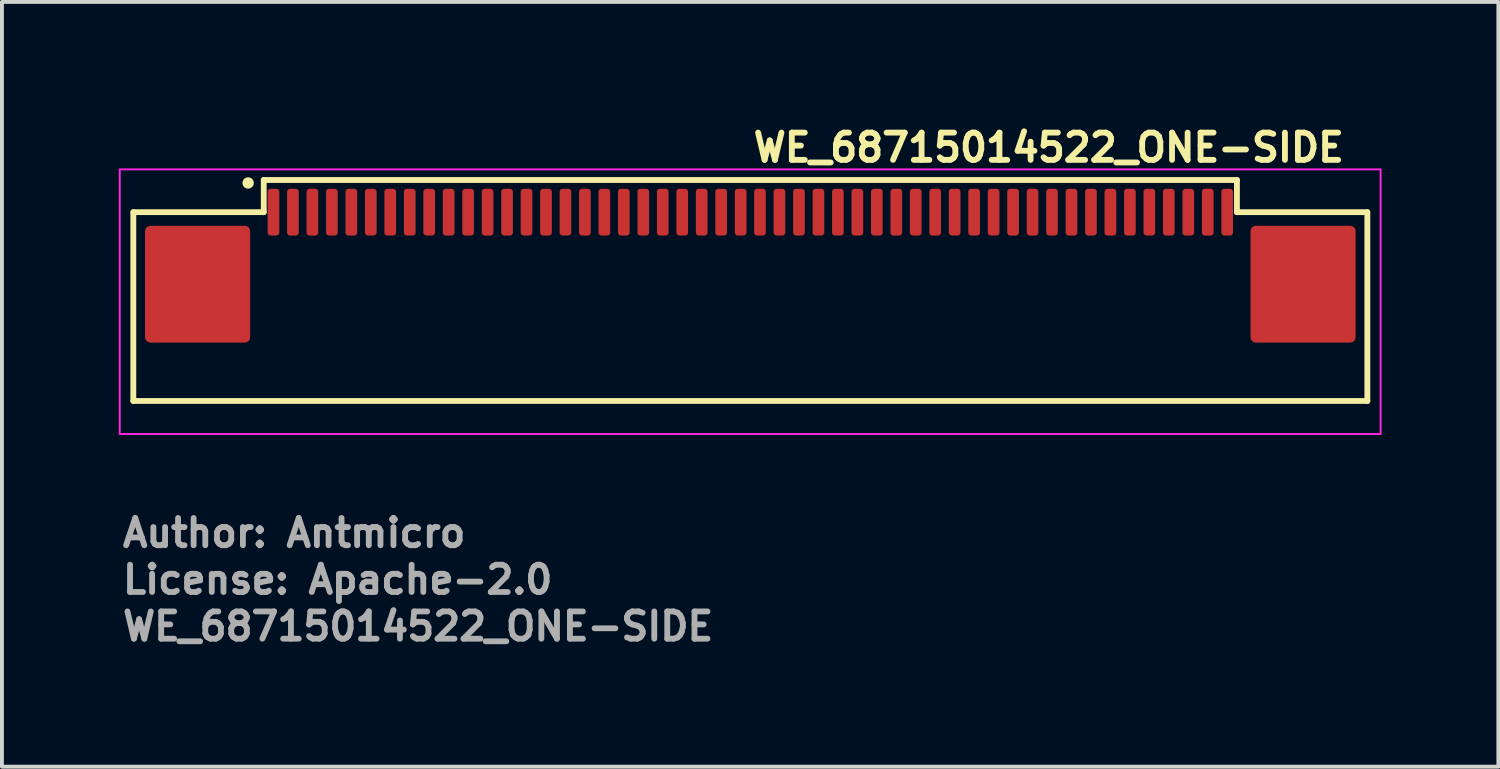
<source format=kicad_pcb>
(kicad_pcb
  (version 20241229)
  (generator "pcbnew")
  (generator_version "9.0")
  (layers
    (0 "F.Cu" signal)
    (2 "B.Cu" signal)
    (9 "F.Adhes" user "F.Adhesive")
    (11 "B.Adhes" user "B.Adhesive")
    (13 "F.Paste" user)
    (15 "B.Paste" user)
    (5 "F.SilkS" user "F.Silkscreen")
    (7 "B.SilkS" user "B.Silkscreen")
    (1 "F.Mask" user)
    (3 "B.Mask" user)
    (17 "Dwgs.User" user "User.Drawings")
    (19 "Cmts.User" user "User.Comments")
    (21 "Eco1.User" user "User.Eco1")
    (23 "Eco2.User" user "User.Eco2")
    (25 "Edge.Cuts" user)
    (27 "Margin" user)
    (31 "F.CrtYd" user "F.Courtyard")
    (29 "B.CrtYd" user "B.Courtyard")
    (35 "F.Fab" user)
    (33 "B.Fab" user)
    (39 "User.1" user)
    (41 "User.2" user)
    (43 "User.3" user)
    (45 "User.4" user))
  (footprint "WE_68715014522_ONE-SIDE"
    (layer "F.Cu")
    (at 16.225 4.55)
    (property "Reference" "WE_68715014522_ONE-SIDE" (at 0 -3.4 0) (layer "F.SilkS") (effects (font (size 0.7 0.7) (thickness 0.15)) (justify left bottom)))
    (attr smd)
    (fp_line (start -15.85 -2.15) (end -12.5 -2.15) (stroke (width 0.15) (type solid)) (layer "F.SilkS"))
    (fp_line (start -15.85 2.7) (end -15.85 -2.15) (stroke (width 0.15) (type solid)) (layer "F.SilkS"))
    (fp_line (start -12.5 -2.976) (end 12.499 -2.976) (stroke (width 0.15) (type solid)) (layer "F.SilkS"))
    (fp_line (start -12.5 -2.15) (end -12.5 -2.976) (stroke (width 0.15) (type solid)) (layer "F.SilkS"))
    (fp_line (start 12.499 -2.15) (end 12.499 -2.976) (stroke (width 0.15) (type solid)) (layer "F.SilkS"))
    (fp_line (start 15.849 -2.15) (end 12.499 -2.15) (stroke (width 0.15) (type solid)) (layer "F.SilkS"))
    (fp_line (start 15.849 2.7) (end -15.85 2.7) (stroke (width 0.15) (type solid)) (layer "F.SilkS"))
    (fp_line (start 15.849 2.7) (end 15.849 -2.15) (stroke (width 0.15) (type solid)) (layer "F.SilkS"))
    (fp_circle (center -12.901 -2.9) (end -12.85 -2.851) (stroke (width 0.15) (type solid)) (fill yes) (layer "F.SilkS"))
    (fp_rect (start -16.2 -3.25) (end 16.19 3.55) (stroke (width 0.05) (type solid)) (fill no) (layer "F.CrtYd"))
    (fp_rect (start -15.702 -2.552) (end 15.698 2.547) (stroke (width 0.1) (type solid)) (fill no) (layer "User.5"))
    (fp_line (start -15.702 1.249) (end 15.698 1.249) (stroke (width 0.02) (type solid)) (layer "User.9"))
    (fp_line (start -15.702 2.45) (end -15.702 1.249) (stroke (width 0.02) (type solid)) (layer "User.9"))
    (fp_line (start -15.702 2.454) (end -15.702 2.45) (stroke (width 0.02) (type solid)) (layer "User.9"))
    (fp_line (start -15.702 2.454) (end -15.702 2.45) (stroke (width 0.02) (type solid)) (layer "User.9"))
    (fp_line (start -15.702 2.459) (end -15.702 2.454) (stroke (width 0.02) (type solid)) (layer "User.9"))
    (fp_line (start -15.702 2.459) (end -15.702 2.454) (stroke (width 0.02) (type solid)) (layer "User.9"))
    (fp_line (start -15.702 2.463) (end -15.702 2.459) (stroke (width 0.02) (type solid)) (layer "User.9"))
    (fp_line (start -15.702 2.463) (end -15.702 2.459) (stroke (width 0.02) (type solid)) (layer "User.9"))
    (fp_line (start -15.699 2.467) (end -15.702 2.463) (stroke (width 0.02) (type solid)) (layer "User.9"))
    (fp_line (start -15.699 2.467) (end -15.702 2.463) (stroke (width 0.02) (type solid)) (layer "User.9"))
    (fp_line (start -15.699 2.474) (end -15.699 2.467) (stroke (width 0.02) (type solid)) (layer "User.9"))
    (fp_line (start -15.699 2.474) (end -15.699 2.467) (stroke (width 0.02) (type solid)) (layer "User.9"))
    (fp_line (start -15.696 2.479) (end -15.699 2.474) (stroke (width 0.02) (type solid)) (layer "User.9"))
    (fp_line (start -15.696 2.479) (end -15.699 2.474) (stroke (width 0.02) (type solid)) (layer "User.9"))
    (fp_line (start -15.695 2.483) (end -15.696 2.479) (stroke (width 0.02) (type solid)) (layer "User.9"))
    (fp_line (start -15.695 2.483) (end -15.696 2.479) (stroke (width 0.02) (type solid)) (layer "User.9"))
    (fp_line (start -15.693 2.487) (end -15.695 2.483) (stroke (width 0.02) (type solid)) (layer "User.9"))
    (fp_line (start -15.693 2.487) (end -15.695 2.483) (stroke (width 0.02) (type solid)) (layer "User.9"))
    (fp_line (start -15.692 2.491) (end -15.693 2.487) (stroke (width 0.02) (type solid)) (layer "User.9"))
    (fp_line (start -15.692 2.491) (end -15.693 2.487) (stroke (width 0.02) (type solid)) (layer "User.9"))
    (fp_line (start -15.689 2.495) (end -15.692 2.491) (stroke (width 0.02) (type solid)) (layer "User.9"))
    (fp_line (start -15.689 2.495) (end -15.692 2.491) (stroke (width 0.02) (type solid)) (layer "User.9"))
    (fp_line (start -15.686 2.499) (end -15.689 2.495) (stroke (width 0.02) (type solid)) (layer "User.9"))
    (fp_line (start -15.686 2.499) (end -15.689 2.495) (stroke (width 0.02) (type solid)) (layer "User.9"))
    (fp_line (start -15.683 2.503) (end -15.686 2.499) (stroke (width 0.02) (type solid)) (layer "User.9"))
    (fp_line (start -15.683 2.503) (end -15.686 2.499) (stroke (width 0.02) (type solid)) (layer "User.9"))
    (fp_line (start -15.683 2.507) (end -15.683 2.503) (stroke (width 0.02) (type solid)) (layer "User.9"))
    (fp_line (start -15.683 2.507) (end -15.683 2.503) (stroke (width 0.02) (type solid)) (layer "User.9"))
    (fp_line (start -15.679 2.511) (end -15.683 2.507) (stroke (width 0.02) (type solid)) (layer "User.9"))
    (fp_line (start -15.679 2.511) (end -15.683 2.507) (stroke (width 0.02) (type solid)) (layer "User.9"))
    (fp_line (start -15.674 2.515) (end -15.679 2.511) (stroke (width 0.02) (type solid)) (layer "User.9"))
    (fp_line (start -15.674 2.515) (end -15.679 2.511) (stroke (width 0.02) (type solid)) (layer "User.9"))
    (fp_line (start -15.673 2.519) (end -15.674 2.515) (stroke (width 0.02) (type solid)) (layer "User.9"))
    (fp_line (start -15.673 2.519) (end -15.674 2.515) (stroke (width 0.02) (type solid)) (layer "User.9"))
    (fp_line (start -15.667 2.523) (end -15.673 2.519) (stroke (width 0.02) (type solid)) (layer "User.9"))
    (fp_line (start -15.667 2.523) (end -15.673 2.519) (stroke (width 0.02) (type solid)) (layer "User.9"))
    (fp_line (start -15.664 2.527) (end -15.667 2.523) (stroke (width 0.02) (type solid)) (layer "User.9"))
    (fp_line (start -15.664 2.527) (end -15.667 2.523) (stroke (width 0.02) (type solid)) (layer "User.9"))
    (fp_line (start -15.66 2.53) (end -15.664 2.527) (stroke (width 0.02) (type solid)) (layer "User.9"))
    (fp_line (start -15.66 2.53) (end -15.664 2.527) (stroke (width 0.02) (type solid)) (layer "User.9"))
    (fp_line (start -15.657 2.531) (end -15.66 2.53) (stroke (width 0.02) (type solid)) (layer "User.9"))
    (fp_line (start -15.657 2.531) (end -15.66 2.53) (stroke (width 0.02) (type solid)) (layer "User.9"))
    (fp_line (start -15.654 2.535) (end -15.657 2.531) (stroke (width 0.02) (type solid)) (layer "User.9"))
    (fp_line (start -15.654 2.535) (end -15.657 2.531) (stroke (width 0.02) (type solid)) (layer "User.9"))
    (fp_line (start -15.648 2.538) (end -15.654 2.535) (stroke (width 0.02) (type solid)) (layer "User.9"))
    (fp_line (start -15.648 2.538) (end -15.654 2.535) (stroke (width 0.02) (type solid)) (layer "User.9"))
    (fp_line (start -15.644 2.539) (end -15.648 2.538) (stroke (width 0.02) (type solid)) (layer "User.9"))
    (fp_line (start -15.644 2.539) (end -15.648 2.538) (stroke (width 0.02) (type solid)) (layer "User.9"))
    (fp_line (start -15.641 2.542) (end -15.644 2.539) (stroke (width 0.02) (type solid)) (layer "User.9"))
    (fp_line (start -15.641 2.542) (end -15.644 2.539) (stroke (width 0.02) (type solid)) (layer "User.9"))
    (fp_line (start -15.635 2.543) (end -15.641 2.542) (stroke (width 0.02) (type solid)) (layer "User.9"))
    (fp_line (start -15.635 2.543) (end -15.641 2.542) (stroke (width 0.02) (type solid)) (layer "User.9"))
    (fp_line (start -15.631 2.543) (end -15.635 2.543) (stroke (width 0.02) (type solid)) (layer "User.9"))
    (fp_line (start -15.631 2.543) (end -15.635 2.543) (stroke (width 0.02) (type solid)) (layer "User.9"))
    (fp_line (start -15.625 2.547) (end -15.631 2.543) (stroke (width 0.02) (type solid)) (layer "User.9"))
    (fp_line (start -15.625 2.547) (end -15.631 2.543) (stroke (width 0.02) (type solid)) (layer "User.9"))
    (fp_line (start -15.622 2.547) (end -15.625 2.547) (stroke (width 0.02) (type solid)) (layer "User.9"))
    (fp_line (start -15.622 2.547) (end -15.625 2.547) (stroke (width 0.02) (type solid)) (layer "User.9"))
    (fp_line (start -15.615 2.547) (end -15.622 2.547) (stroke (width 0.02) (type solid)) (layer "User.9"))
    (fp_line (start -15.615 2.547) (end -15.622 2.547) (stroke (width 0.02) (type solid)) (layer "User.9"))
    (fp_line (start -15.612 2.547) (end -15.615 2.547) (stroke (width 0.02) (type solid)) (layer "User.9"))
    (fp_line (start -15.612 2.547) (end -15.615 2.547) (stroke (width 0.02) (type solid)) (layer "User.9"))
    (fp_line (start -15.606 2.547) (end -15.612 2.547) (stroke (width 0.02) (type solid)) (layer "User.9"))
    (fp_line (start -15.606 2.547) (end -15.612 2.547) (stroke (width 0.02) (type solid)) (layer "User.9"))
    (fp_line (start -15.6 2.547) (end -15.606 2.547) (stroke (width 0.02) (type solid)) (layer "User.9"))
    (fp_line (start -15.6 2.547) (end -15.606 2.547) (stroke (width 0.02) (type solid)) (layer "User.9"))
    (fp_line (start -15.6 2.547) (end 15.598 2.547) (stroke (width 0.02) (type solid)) (layer "User.9"))
    (fp_line (start -15.532 -1.262) (end -15.532 -1.262) (stroke (width 0.02) (type solid)) (layer "User.9"))
    (fp_line (start -15.532 -1.262) (end -15.532 -1.256) (stroke (width 0.02) (type solid)) (layer "User.9"))
    (fp_line (start -15.532 -1.256) (end -15.532 -1.252) (stroke (width 0.02) (type solid)) (layer "User.9"))
    (fp_line (start -15.532 -1.252) (end -15.532 -1.248) (stroke (width 0.02) (type solid)) (layer "User.9"))
    (fp_line (start -15.532 -1.248) (end -15.532 -1.242) (stroke (width 0.02) (type solid)) (layer "User.9"))
    (fp_line (start -15.532 -1.242) (end -15.532 -1.238) (stroke (width 0.02) (type solid)) (layer "User.9"))
    (fp_line (start -15.532 -1.238) (end -15.529 -1.234) (stroke (width 0.02) (type solid)) (layer "User.9"))
    (fp_line (start -15.532 -0.364) (end -15.532 -0.359) (stroke (width 0.02) (type solid)) (layer "User.9"))
    (fp_line (start -15.532 -0.359) (end -15.532 -0.355) (stroke (width 0.02) (type solid)) (layer "User.9"))
    (fp_line (start -15.532 -0.355) (end -15.532 -0.352) (stroke (width 0.02) (type solid)) (layer "User.9"))
    (fp_line (start -15.532 -0.352) (end -15.532 -0.347) (stroke (width 0.02) (type solid)) (layer "User.9"))
    (fp_line (start -15.532 -0.347) (end -15.532 -0.342) (stroke (width 0.02) (type solid)) (layer "User.9"))
    (fp_line (start -15.532 -0.342) (end -15.532 -0.342) (stroke (width 0.02) (type solid)) (layer "User.9"))
    (fp_line (start -15.532 -0.342) (end -15.532 -0.338) (stroke (width 0.02) (type solid)) (layer "User.9"))
    (fp_line (start -15.532 -0.338) (end -15.529 -0.333) (stroke (width 0.02) (type solid)) (layer "User.9"))
    (fp_line (start -15.529 -1.276) (end -15.529 -1.27) (stroke (width 0.02) (type solid)) (layer "User.9"))
    (fp_line (start -15.529 -1.27) (end -15.529 -1.266) (stroke (width 0.02) (type solid)) (layer "User.9"))
    (fp_line (start -15.529 -1.266) (end -15.532 -1.262) (stroke (width 0.02) (type solid)) (layer "User.9"))
    (fp_line (start -15.529 -1.234) (end -15.529 -1.228) (stroke (width 0.02) (type solid)) (layer "User.9"))
    (fp_line (start -15.529 -1.228) (end -15.529 -1.224) (stroke (width 0.02) (type solid)) (layer "User.9"))
    (fp_line (start -15.529 -1.224) (end -15.526 -1.22) (stroke (width 0.02) (type solid)) (layer "User.9"))
    (fp_line (start -15.529 -0.377) (end -15.529 -0.373) (stroke (width 0.02) (type solid)) (layer "User.9"))
    (fp_line (start -15.529 -0.373) (end -15.529 -0.368) (stroke (width 0.02) (type solid)) (layer "User.9"))
    (fp_line (start -15.529 -0.368) (end -15.532 -0.364) (stroke (width 0.02) (type solid)) (layer "User.9"))
    (fp_line (start -15.529 -0.333) (end -15.529 -0.328) (stroke (width 0.02) (type solid)) (layer "User.9"))
    (fp_line (start -15.529 -0.328) (end -15.529 -0.324) (stroke (width 0.02) (type solid)) (layer "User.9"))
    (fp_line (start -15.529 -0.324) (end -15.526 -0.317) (stroke (width 0.02) (type solid)) (layer "User.9"))
    (fp_line (start -15.526 -1.285) (end -15.526 -1.28) (stroke (width 0.02) (type solid)) (layer "User.9"))
    (fp_line (start -15.526 -1.28) (end -15.529 -1.276) (stroke (width 0.02) (type solid)) (layer "User.9"))
    (fp_line (start -15.526 -1.22) (end -15.526 -1.216) (stroke (width 0.02) (type solid)) (layer "User.9"))
    (fp_line (start -15.526 -1.216) (end -15.522 -1.212) (stroke (width 0.02) (type solid)) (layer "User.9"))
    (fp_line (start -15.526 -0.388) (end -15.526 -0.382) (stroke (width 0.02) (type solid)) (layer "User.9"))
    (fp_line (start -15.526 -0.382) (end -15.529 -0.377) (stroke (width 0.02) (type solid)) (layer "User.9"))
    (fp_line (start -15.526 -0.317) (end -15.526 -0.313) (stroke (width 0.02) (type solid)) (layer "User.9"))
    (fp_line (start -15.526 -0.313) (end -15.522 -0.309) (stroke (width 0.02) (type solid)) (layer "User.9"))
    (fp_line (start -15.523 -1.289) (end -15.526 -1.285) (stroke (width 0.02) (type solid)) (layer "User.9"))
    (fp_line (start -15.523 -0.392) (end -15.526 -0.388) (stroke (width 0.02) (type solid)) (layer "User.9"))
    (fp_line (start -15.522 -1.293) (end -15.523 -1.289) (stroke (width 0.02) (type solid)) (layer "User.9"))
    (fp_line (start -15.522 -1.212) (end -15.52 -1.208) (stroke (width 0.02) (type solid)) (layer "User.9"))
    (fp_line (start -15.522 -0.396) (end -15.523 -0.392) (stroke (width 0.02) (type solid)) (layer "User.9"))
    (fp_line (start -15.522 -0.309) (end -15.52 -0.305) (stroke (width 0.02) (type solid)) (layer "User.9"))
    (fp_line (start -15.52 -1.208) (end -15.519 -1.204) (stroke (width 0.02) (type solid)) (layer "User.9"))
    (fp_line (start -15.52 -0.305) (end -15.519 -0.301) (stroke (width 0.02) (type solid)) (layer "User.9"))
    (fp_line (start -15.519 -1.297) (end -15.522 -1.293) (stroke (width 0.02) (type solid)) (layer "User.9"))
    (fp_line (start -15.519 -1.204) (end -15.516 -1.2) (stroke (width 0.02) (type solid)) (layer "User.9"))
    (fp_line (start -15.519 -0.4) (end -15.522 -0.396) (stroke (width 0.02) (type solid)) (layer "User.9"))
    (fp_line (start -15.519 -0.301) (end -15.516 -0.297) (stroke (width 0.02) (type solid)) (layer "User.9"))
    (fp_line (start -15.517 -1.301) (end -15.519 -1.297) (stroke (width 0.02) (type solid)) (layer "User.9"))
    (fp_line (start -15.517 -0.404) (end -15.519 -0.4) (stroke (width 0.02) (type solid)) (layer "User.9"))
    (fp_line (start -15.516 -1.305) (end -15.517 -1.301) (stroke (width 0.02) (type solid)) (layer "User.9"))
    (fp_line (start -15.516 -1.2) (end -15.516 -1.196) (stroke (width 0.02) (type solid)) (layer "User.9"))
    (fp_line (start -15.516 -1.196) (end -15.513 -1.192) (stroke (width 0.02) (type solid)) (layer "User.9"))
    (fp_line (start -15.516 -0.408) (end -15.517 -0.404) (stroke (width 0.02) (type solid)) (layer "User.9"))
    (fp_line (start -15.516 -0.297) (end -15.513 -0.293) (stroke (width 0.02) (type solid)) (layer "User.9"))
    (fp_line (start -15.513 -1.309) (end -15.516 -1.305) (stroke (width 0.02) (type solid)) (layer "User.9"))
    (fp_line (start -15.513 -1.192) (end -15.51 -1.188) (stroke (width 0.02) (type solid)) (layer "User.9"))
    (fp_line (start -15.513 -0.412) (end -15.516 -0.408) (stroke (width 0.02) (type solid)) (layer "User.9"))
    (fp_line (start -15.513 -0.293) (end -15.51 -0.289) (stroke (width 0.02) (type solid)) (layer "User.9"))
    (fp_line (start -15.51 -1.313) (end -15.513 -1.309) (stroke (width 0.02) (type solid)) (layer "User.9"))
    (fp_line (start -15.51 -1.188) (end -15.506 -1.184) (stroke (width 0.02) (type solid)) (layer "User.9"))
    (fp_line (start -15.51 -0.415) (end -15.513 -0.412) (stroke (width 0.02) (type solid)) (layer "User.9"))
    (fp_line (start -15.51 -0.289) (end -15.507 -0.288) (stroke (width 0.02) (type solid)) (layer "User.9"))
    (fp_line (start -15.507 -1.315) (end -15.51 -1.313) (stroke (width 0.02) (type solid)) (layer "User.9"))
    (fp_line (start -15.507 -0.288) (end -15.504 -0.285) (stroke (width 0.02) (type solid)) (layer "User.9"))
    (fp_line (start -15.506 -1.184) (end -15.503 -1.182) (stroke (width 0.02) (type solid)) (layer "User.9"))
    (fp_line (start -15.506 -0.417) (end -15.51 -0.415) (stroke (width 0.02) (type solid)) (layer "User.9"))
    (fp_line (start -15.504 -1.319) (end -15.507 -1.315) (stroke (width 0.02) (type solid)) (layer "User.9"))
    (fp_line (start -15.504 -0.285) (end -15.501 -0.281) (stroke (width 0.02) (type solid)) (layer "User.9"))
    (fp_line (start -15.503 -1.182) (end -15.5 -1.178) (stroke (width 0.02) (type solid)) (layer "User.9"))
    (fp_line (start -15.503 -0.42) (end -15.506 -0.417) (stroke (width 0.02) (type solid)) (layer "User.9"))
    (fp_line (start -15.501 -1.323) (end -15.504 -1.319) (stroke (width 0.02) (type solid)) (layer "User.9"))
    (fp_line (start -15.501 -0.281) (end -15.5 -0.278) (stroke (width 0.02) (type solid)) (layer "User.9"))
    (fp_line (start -15.5 -1.178) (end -15.497 -1.176) (stroke (width 0.02) (type solid)) (layer "User.9"))
    (fp_line (start -15.5 -0.423) (end -15.503 -0.42) (stroke (width 0.02) (type solid)) (layer "User.9"))
    (fp_line (start -15.5 -0.278) (end -15.497 -0.275) (stroke (width 0.02) (type solid)) (layer "User.9"))
    (fp_line (start -15.497 -1.325) (end -15.501 -1.323) (stroke (width 0.02) (type solid)) (layer "User.9"))
    (fp_line (start -15.497 -1.176) (end -15.494 -1.172) (stroke (width 0.02) (type solid)) (layer "User.9"))
    (fp_line (start -15.497 -0.426) (end -15.5 -0.423) (stroke (width 0.02) (type solid)) (layer "User.9"))
    (fp_line (start -15.497 -0.275) (end -15.491 -0.273) (stroke (width 0.02) (type solid)) (layer "User.9"))
    (fp_line (start -15.494 -1.329) (end -15.497 -1.325) (stroke (width 0.02) (type solid)) (layer "User.9"))
    (fp_line (start -15.494 -1.172) (end -15.49 -1.17) (stroke (width 0.02) (type solid)) (layer "User.9"))
    (fp_line (start -15.494 -0.429) (end -15.497 -0.426) (stroke (width 0.02) (type solid)) (layer "User.9"))
    (fp_line (start -15.491 -1.331) (end -15.494 -1.329) (stroke (width 0.02) (type solid)) (layer "User.9"))
    (fp_line (start -15.491 -0.273) (end -15.487 -0.27) (stroke (width 0.02) (type solid)) (layer "User.9"))
    (fp_line (start -15.49 -1.17) (end -15.487 -1.168) (stroke (width 0.02) (type solid)) (layer "User.9"))
    (fp_line (start -15.49 -0.432) (end -15.494 -0.429) (stroke (width 0.02) (type solid)) (layer "User.9"))
    (fp_line (start -15.487 -1.333) (end -15.491 -1.331) (stroke (width 0.02) (type solid)) (layer "User.9"))
    (fp_line (start -15.487 -1.168) (end -15.481 -1.164) (stroke (width 0.02) (type solid)) (layer "User.9"))
    (fp_line (start -15.487 -0.434) (end -15.49 -0.432) (stroke (width 0.02) (type solid)) (layer "User.9"))
    (fp_line (start -15.487 -0.27) (end -15.484 -0.267) (stroke (width 0.02) (type solid)) (layer "User.9"))
    (fp_line (start -15.484 -1.337) (end -15.487 -1.333) (stroke (width 0.02) (type solid)) (layer "User.9"))
    (fp_line (start -15.484 -0.437) (end -15.487 -0.434) (stroke (width 0.02) (type solid)) (layer "User.9"))
    (fp_line (start -15.484 -0.267) (end -15.481 -0.265) (stroke (width 0.02) (type solid)) (layer "User.9"))
    (fp_line (start -15.481 -1.339) (end -15.484 -1.337) (stroke (width 0.02) (type solid)) (layer "User.9"))
    (fp_line (start -15.481 -1.164) (end -15.477 -1.162) (stroke (width 0.02) (type solid)) (layer "User.9"))
    (fp_line (start -15.481 -0.265) (end -15.477 -0.263) (stroke (width 0.02) (type solid)) (layer "User.9"))
    (fp_line (start -15.478 -0.439) (end -15.484 -0.437) (stroke (width 0.02) (type solid)) (layer "User.9"))
    (fp_line (start -15.477 -1.162) (end -15.474 -1.16) (stroke (width 0.02) (type solid)) (layer "User.9"))
    (fp_line (start -15.477 -0.263) (end -15.472 -0.261) (stroke (width 0.02) (type solid)) (layer "User.9"))
    (fp_line (start -15.475 -1.341) (end -15.481 -1.339) (stroke (width 0.02) (type solid)) (layer "User.9"))
    (fp_line (start -15.474 -1.16) (end -15.471 -1.158) (stroke (width 0.02) (type solid)) (layer "User.9"))
    (fp_line (start -15.474 -0.441) (end -15.478 -0.439) (stroke (width 0.02) (type solid)) (layer "User.9"))
    (fp_line (start -15.472 -0.261) (end -15.468 -0.259) (stroke (width 0.02) (type solid)) (layer "User.9"))
    (fp_line (start -15.471 -1.343) (end -15.475 -1.341) (stroke (width 0.02) (type solid)) (layer "User.9"))
    (fp_line (start -15.471 -1.158) (end -15.465 -1.156) (stroke (width 0.02) (type solid)) (layer "User.9"))
    (fp_line (start -15.471 -0.443) (end -15.474 -0.441) (stroke (width 0.02) (type solid)) (layer "User.9"))
    (fp_line (start -15.468 -1.345) (end -15.471 -1.343) (stroke (width 0.02) (type solid)) (layer "User.9"))
    (fp_line (start -15.468 -0.259) (end -15.465 -0.256) (stroke (width 0.02) (type solid)) (layer "User.9"))
    (fp_line (start -15.465 -1.345) (end -15.468 -1.345) (stroke (width 0.02) (type solid)) (layer "User.9"))
    (fp_line (start -15.465 -1.156) (end -15.461 -1.156) (stroke (width 0.02) (type solid)) (layer "User.9"))
    (fp_line (start -15.465 -0.445) (end -15.471 -0.443) (stroke (width 0.02) (type solid)) (layer "User.9"))
    (fp_line (start -15.465 -0.256) (end -15.459 -0.254) (stroke (width 0.02) (type solid)) (layer "User.9"))
    (fp_line (start -15.461 -1.156) (end -15.456 -1.154) (stroke (width 0.02) (type solid)) (layer "User.9"))
    (fp_line (start -15.461 -0.446) (end -15.465 -0.445) (stroke (width 0.02) (type solid)) (layer "User.9"))
    (fp_line (start -15.459 -0.254) (end -15.455 -0.253) (stroke (width 0.02) (type solid)) (layer "User.9"))
    (fp_line (start -15.458 -1.347) (end -15.465 -1.345) (stroke (width 0.02) (type solid)) (layer "User.9"))
    (fp_line (start -15.456 -1.154) (end -15.452 -1.154) (stroke (width 0.02) (type solid)) (layer "User.9"))
    (fp_line (start -15.456 -0.447) (end -15.461 -0.446) (stroke (width 0.02) (type solid)) (layer "User.9"))
    (fp_line (start -15.455 -1.349) (end -15.458 -1.347) (stroke (width 0.02) (type solid)) (layer "User.9"))
    (fp_line (start -15.455 -0.253) (end -15.452 -0.252) (stroke (width 0.02) (type solid)) (layer "User.9"))
    (fp_line (start -15.452 -1.154) (end -15.151 -1.091) (stroke (width 0.02) (type solid)) (layer "User.9"))
    (fp_line (start -15.452 -0.448) (end -15.456 -0.447) (stroke (width 0.02) (type solid)) (layer "User.9"))
    (fp_line (start -15.452 -0.252) (end -15.445 -0.251) (stroke (width 0.02) (type solid)) (layer "User.9"))
    (fp_line (start -15.449 -1.349) (end -15.455 -1.349) (stroke (width 0.02) (type solid)) (layer "User.9"))
    (fp_line (start -15.445 -1.349) (end -15.449 -1.349) (stroke (width 0.02) (type solid)) (layer "User.9"))
    (fp_line (start -15.445 -0.251) (end -15.442 -0.251) (stroke (width 0.02) (type solid)) (layer "User.9"))
    (fp_line (start -15.442 -0.251) (end -15.436 -0.251) (stroke (width 0.02) (type solid)) (layer "User.9"))
    (fp_line (start -15.44 -1.351) (end -15.445 -1.349) (stroke (width 0.02) (type solid)) (layer "User.9"))
    (fp_line (start -15.436 -1.351) (end -15.44 -1.351) (stroke (width 0.02) (type solid)) (layer "User.9"))
    (fp_line (start -15.436 -0.251) (end -15.433 -0.25) (stroke (width 0.02) (type solid)) (layer "User.9"))
    (fp_line (start -15.433 -0.25) (end -15.151 -0.25) (stroke (width 0.02) (type solid)) (layer "User.9"))
    (fp_line (start -15.43 -1.351) (end -15.436 -1.351) (stroke (width 0.02) (type solid)) (layer "User.9"))
    (fp_line (start -15.43 -1.351) (end -15.151 -1.351) (stroke (width 0.02) (type solid)) (layer "User.9"))
    (fp_line (start -15.401 1.249) (end -15.388 1.249) (stroke (width 0.02) (type solid)) (layer "User.9"))
    (fp_line (start -15.388 1.249) (end -15.376 1.247) (stroke (width 0.02) (type solid)) (layer "User.9"))
    (fp_line (start -15.376 1.247) (end -15.365 1.247) (stroke (width 0.02) (type solid)) (layer "User.9"))
    (fp_line (start -15.365 1.247) (end -15.352 1.243) (stroke (width 0.02) (type solid)) (layer "User.9"))
    (fp_line (start -15.352 1.243) (end -15.34 1.241) (stroke (width 0.02) (type solid)) (layer "User.9"))
    (fp_line (start -15.34 1.241) (end -15.33 1.237) (stroke (width 0.02) (type solid)) (layer "User.9"))
    (fp_line (start -15.33 1.237) (end -15.317 1.235) (stroke (width 0.02) (type solid)) (layer "User.9"))
    (fp_line (start -15.317 1.235) (end -15.305 1.229) (stroke (width 0.02) (type solid)) (layer "User.9"))
    (fp_line (start -15.305 1.229) (end -15.295 1.225) (stroke (width 0.02) (type solid)) (layer "User.9"))
    (fp_line (start -15.295 1.225) (end -15.283 1.219) (stroke (width 0.02) (type solid)) (layer "User.9"))
    (fp_line (start -15.283 1.219) (end -15.272 1.213) (stroke (width 0.02) (type solid)) (layer "User.9"))
    (fp_line (start -15.272 1.213) (end -15.263 1.207) (stroke (width 0.02) (type solid)) (layer "User.9"))
    (fp_line (start -15.263 1.207) (end -15.253 1.199) (stroke (width 0.02) (type solid)) (layer "User.9"))
    (fp_line (start -15.253 1.199) (end -15.244 1.193) (stroke (width 0.02) (type solid)) (layer "User.9"))
    (fp_line (start -15.244 1.193) (end -15.234 1.185) (stroke (width 0.02) (type solid)) (layer "User.9"))
    (fp_line (start -15.234 1.185) (end -15.224 1.175) (stroke (width 0.02) (type solid)) (layer "User.9"))
    (fp_line (start -15.224 1.175) (end -15.224 1.175) (stroke (width 0.02) (type solid)) (layer "User.9"))
    (fp_line (start -15.224 1.175) (end -15.215 1.167) (stroke (width 0.02) (type solid)) (layer "User.9"))
    (fp_line (start -15.215 1.167) (end -15.208 1.157) (stroke (width 0.02) (type solid)) (layer "User.9"))
    (fp_line (start -15.208 1.157) (end -15.202 1.148) (stroke (width 0.02) (type solid)) (layer "User.9"))
    (fp_line (start -15.202 1.148) (end -15.193 1.138) (stroke (width 0.02) (type solid)) (layer "User.9"))
    (fp_line (start -15.193 1.138) (end -15.186 1.128) (stroke (width 0.02) (type solid)) (layer "User.9"))
    (fp_line (start -15.186 1.128) (end -15.18 1.116) (stroke (width 0.02) (type solid)) (layer "User.9"))
    (fp_line (start -15.18 1.116) (end -15.176 1.106) (stroke (width 0.02) (type solid)) (layer "User.9"))
    (fp_line (start -15.176 1.106) (end -15.17 1.094) (stroke (width 0.02) (type solid)) (layer "User.9"))
    (fp_line (start -15.17 1.094) (end -15.167 1.084) (stroke (width 0.02) (type solid)) (layer "User.9"))
    (fp_line (start -15.167 1.084) (end -15.163 1.072) (stroke (width 0.02) (type solid)) (layer "User.9"))
    (fp_line (start -15.163 1.072) (end -15.158 1.06) (stroke (width 0.02) (type solid)) (layer "User.9"))
    (fp_line (start -15.158 1.06) (end -15.157 1.048) (stroke (width 0.02) (type solid)) (layer "User.9"))
    (fp_line (start -15.157 1.048) (end -15.154 1.036) (stroke (width 0.02) (type solid)) (layer "User.9"))
    (fp_line (start -15.154 1.024) (end -15.151 1.011) (stroke (width 0.02) (type solid)) (layer "User.9"))
    (fp_line (start -15.154 1.036) (end -15.154 1.024) (stroke (width 0.02) (type solid)) (layer "User.9"))
    (fp_line (start -15.151 -1.75) (end -15.151 0.997) (stroke (width 0.02) (type solid)) (layer "User.9"))
    (fp_line (start -15.151 -1.75) (end -14.702 -1.75) (stroke (width 0.02) (type solid)) (layer "User.9"))
    (fp_line (start -15.151 -0.511) (end -15.452 -0.448) (stroke (width 0.02) (type solid)) (layer "User.9"))
    (fp_line (start -15.151 1.011) (end -15.151 0.997) (stroke (width 0.02) (type solid)) (layer "User.9"))
    (fp_line (start -14.702 -1.75) (end -14.702 1.249) (stroke (width 0.02) (type solid)) (layer "User.9"))
    (fp_line (start -14.702 -1.75) (end -13.93 -1.75) (stroke (width 0.02) (type solid)) (layer "User.9"))
    (fp_line (start -14.532 0.747) (end -14.532 -1.351) (stroke (width 0.02) (type solid)) (layer "User.9"))
    (fp_line (start -14.131 -0.71) (end -14.129 -0.72) (stroke (width 0.02) (type solid)) (layer "User.9"))
    (fp_line (start -14.131 -0.703) (end -14.131 -0.71) (stroke (width 0.02) (type solid)) (layer "User.9"))
    (fp_line (start -14.131 -0.693) (end -14.131 -0.703) (stroke (width 0.02) (type solid)) (layer "User.9"))
    (fp_line (start -14.129 -0.72) (end -14.128 -0.729) (stroke (width 0.02) (type solid)) (layer "User.9"))
    (fp_line (start -14.129 -0.683) (end -14.131 -0.693) (stroke (width 0.02) (type solid)) (layer "User.9"))
    (fp_line (start -14.128 -0.729) (end -14.125 -0.739) (stroke (width 0.02) (type solid)) (layer "User.9"))
    (fp_line (start -14.128 -0.674) (end -14.129 -0.683) (stroke (width 0.02) (type solid)) (layer "User.9"))
    (fp_line (start -14.125 -0.748) (end -14.119 -0.758) (stroke (width 0.02) (type solid)) (layer "User.9"))
    (fp_line (start -14.125 -0.739) (end -14.125 -0.748) (stroke (width 0.02) (type solid)) (layer "User.9"))
    (fp_line (start -14.125 -0.664) (end -14.128 -0.674) (stroke (width 0.02) (type solid)) (layer "User.9"))
    (fp_line (start -14.125 -0.655) (end -14.125 -0.664) (stroke (width 0.02) (type solid)) (layer "User.9"))
    (fp_line (start -14.119 -0.758) (end -14.115 -0.767) (stroke (width 0.02) (type solid)) (layer "User.9"))
    (fp_line (start -14.119 -0.645) (end -14.125 -0.655) (stroke (width 0.02) (type solid)) (layer "User.9"))
    (fp_line (start -14.115 -0.767) (end -14.11 -0.777) (stroke (width 0.02) (type solid)) (layer "User.9"))
    (fp_line (start -14.115 -0.634) (end -14.119 -0.645) (stroke (width 0.02) (type solid)) (layer "User.9"))
    (fp_line (start -14.11 -0.777) (end -14.11 -0.777) (stroke (width 0.02) (type solid)) (layer "User.9"))
    (fp_line (start -14.11 -0.777) (end -14.109 -0.782) (stroke (width 0.02) (type solid)) (layer "User.9"))
    (fp_line (start -14.11 -0.625) (end -14.115 -0.634) (stroke (width 0.02) (type solid)) (layer "User.9"))
    (fp_line (start -14.11 -0.625) (end -14.11 -0.625) (stroke (width 0.02) (type solid)) (layer "User.9"))
    (fp_line (start -14.109 -0.782) (end -14.106 -0.786) (stroke (width 0.02) (type solid)) (layer "User.9"))
    (fp_line (start -14.106 -0.786) (end -14.103 -0.79) (stroke (width 0.02) (type solid)) (layer "User.9"))
    (fp_line (start -14.106 -0.617) (end -14.11 -0.625) (stroke (width 0.02) (type solid)) (layer "User.9"))
    (fp_line (start -14.103 -0.79) (end -14.099 -0.794) (stroke (width 0.02) (type solid)) (layer "User.9"))
    (fp_line (start -14.099 -0.794) (end -14.096 -0.798) (stroke (width 0.02) (type solid)) (layer "User.9"))
    (fp_line (start -14.099 -0.609) (end -14.106 -0.617) (stroke (width 0.02) (type solid)) (layer "User.9"))
    (fp_line (start -14.096 -0.798) (end -14.093 -0.802) (stroke (width 0.02) (type solid)) (layer "User.9"))
    (fp_line (start -14.093 -0.802) (end -14.09 -0.805) (stroke (width 0.02) (type solid)) (layer "User.9"))
    (fp_line (start -14.093 -0.601) (end -14.099 -0.609) (stroke (width 0.02) (type solid)) (layer "User.9"))
    (fp_line (start -14.09 -0.805) (end -14.087 -0.809) (stroke (width 0.02) (type solid)) (layer "User.9"))
    (fp_line (start -14.087 -0.809) (end -14.083 -0.812) (stroke (width 0.02) (type solid)) (layer "User.9"))
    (fp_line (start -14.087 -0.594) (end -14.093 -0.601) (stroke (width 0.02) (type solid)) (layer "User.9"))
    (fp_line (start -14.083 -0.812) (end -14.08 -0.815) (stroke (width 0.02) (type solid)) (layer "User.9"))
    (fp_line (start -14.08 -0.815) (end -14.077 -0.819) (stroke (width 0.02) (type solid)) (layer "User.9"))
    (fp_line (start -14.08 -0.588) (end -14.087 -0.594) (stroke (width 0.02) (type solid)) (layer "User.9"))
    (fp_line (start -14.077 -0.819) (end -14.074 -0.822) (stroke (width 0.02) (type solid)) (layer "User.9"))
    (fp_line (start -14.074 -0.822) (end -14.068 -0.825) (stroke (width 0.02) (type solid)) (layer "User.9"))
    (fp_line (start -14.074 -0.581) (end -14.08 -0.588) (stroke (width 0.02) (type solid)) (layer "User.9"))
    (fp_line (start -14.068 -0.825) (end -14.064 -0.827) (stroke (width 0.02) (type solid)) (layer "User.9"))
    (fp_line (start -14.064 -0.827) (end -14.061 -0.83) (stroke (width 0.02) (type solid)) (layer "User.9"))
    (fp_line (start -14.064 -0.577) (end -14.074 -0.581) (stroke (width 0.02) (type solid)) (layer "User.9"))
    (fp_line (start -14.061 -0.83) (end -14.055 -0.832) (stroke (width 0.02) (type solid)) (layer "User.9"))
    (fp_line (start -14.055 -0.832) (end -14.051 -0.833) (stroke (width 0.02) (type solid)) (layer "User.9"))
    (fp_line (start -14.055 -0.573) (end -14.064 -0.577) (stroke (width 0.02) (type solid)) (layer "User.9"))
    (fp_line (start -14.051 -0.833) (end -14.048 -0.835) (stroke (width 0.02) (type solid)) (layer "User.9"))
    (fp_line (start -14.048 -0.835) (end -14.045 -0.837) (stroke (width 0.02) (type solid)) (layer "User.9"))
    (fp_line (start -14.048 -0.568) (end -14.055 -0.573) (stroke (width 0.02) (type solid)) (layer "User.9"))
    (fp_line (start -14.045 -0.837) (end -14.038 -0.839) (stroke (width 0.02) (type solid)) (layer "User.9"))
    (fp_line (start -14.038 -0.839) (end -14.035 -0.841) (stroke (width 0.02) (type solid)) (layer "User.9"))
    (fp_line (start -14.038 -0.564) (end -14.048 -0.568) (stroke (width 0.02) (type solid)) (layer "User.9"))
    (fp_line (start -14.035 -0.841) (end -14.029 -0.842) (stroke (width 0.02) (type solid)) (layer "User.9"))
    (fp_line (start -14.029 -0.842) (end -14.026 -0.844) (stroke (width 0.02) (type solid)) (layer "User.9"))
    (fp_line (start -14.029 -0.561) (end -14.038 -0.564) (stroke (width 0.02) (type solid)) (layer "User.9"))
    (fp_line (start -14.026 -0.844) (end -14.02 -0.845) (stroke (width 0.02) (type solid)) (layer "User.9"))
    (fp_line (start -14.02 -0.845) (end -14.016 -0.847) (stroke (width 0.02) (type solid)) (layer "User.9"))
    (fp_line (start -14.02 -0.558) (end -14.029 -0.561) (stroke (width 0.02) (type solid)) (layer "User.9"))
    (fp_line (start -14.016 -0.847) (end -14.01 -0.848) (stroke (width 0.02) (type solid)) (layer "User.9"))
    (fp_line (start -14.01 -0.848) (end -14.006 -0.848) (stroke (width 0.02) (type solid)) (layer "User.9"))
    (fp_line (start -14.01 -0.555) (end -14.02 -0.558) (stroke (width 0.02) (type solid)) (layer "User.9"))
    (fp_line (start -14.006 -0.848) (end -14 -0.849) (stroke (width 0.02) (type solid)) (layer "User.9"))
    (fp_line (start -14 -0.849) (end -13.997 -0.85) (stroke (width 0.02) (type solid)) (layer "User.9"))
    (fp_line (start -14 -0.554) (end -14.01 -0.555) (stroke (width 0.02) (type solid)) (layer "User.9"))
    (fp_line (start -13.997 -0.85) (end -13.99 -0.85) (stroke (width 0.02) (type solid)) (layer "User.9"))
    (fp_line (start -13.99 -0.85) (end -13.987 -0.85) (stroke (width 0.02) (type solid)) (layer "User.9"))
    (fp_line (start -13.99 -0.553) (end -14 -0.554) (stroke (width 0.02) (type solid)) (layer "User.9"))
    (fp_line (start -13.987 -0.85) (end -13.981 -0.851) (stroke (width 0.02) (type solid)) (layer "User.9"))
    (fp_line (start -13.981 -0.851) (end -13.44 -0.851) (stroke (width 0.02) (type solid)) (layer "User.9"))
    (fp_line (start -13.981 -0.552) (end -13.99 -0.553) (stroke (width 0.02) (type solid)) (layer "User.9"))
    (fp_line (start -13.782 -1.601) (end -13.93 -1.75) (stroke (width 0.02) (type solid)) (layer "User.9"))
    (fp_line (start -13.782 -1.351) (end -13.782 -1.601) (stroke (width 0.02) (type solid)) (layer "User.9"))
    (fp_line (start -13.782 -0.552) (end -13.782 -0.851) (stroke (width 0.02) (type solid)) (layer "User.9"))
    (fp_line (start -13.782 0.848) (end -13.782 0.747) (stroke (width 0.02) (type solid)) (layer "User.9"))
    (fp_line (start -13.631 -1.45) (end -13.782 -1.601) (stroke (width 0.02) (type solid)) (layer "User.9"))
    (fp_line (start -13.631 -1.45) (end -13.631 -1.351) (stroke (width 0.02) (type solid)) (layer "User.9"))
    (fp_line (start -13.631 -0.851) (end -13.631 -0.552) (stroke (width 0.02) (type solid)) (layer "User.9"))
    (fp_line (start -13.631 0.747) (end -13.631 0.848) (stroke (width 0.02) (type solid)) (layer "User.9"))
    (fp_line (start -13.44 -1.351) (end -14.532 -1.351) (stroke (width 0.02) (type solid)) (layer "User.9"))
    (fp_line (start -13.44 -1.351) (end -13.231 -1.351) (stroke (width 0.02) (type solid)) (layer "User.9"))
    (fp_line (start -13.44 -0.552) (end -13.981 -0.552) (stroke (width 0.02) (type solid)) (layer "User.9"))
    (fp_line (start -13.44 -0.552) (end -13.231 -0.552) (stroke (width 0.02) (type solid)) (layer "User.9"))
    (fp_line (start -13.44 0.747) (end -14.532 0.747) (stroke (width 0.02) (type solid)) (layer "User.9"))
    (fp_line (start -13.44 0.747) (end -13.231 0.747) (stroke (width 0.02) (type solid)) (layer "User.9"))
    (fp_line (start -13.43 -1.551) (end -13.43 -1.351) (stroke (width 0.02) (type solid)) (layer "User.9"))
    (fp_line (start -13.43 -1.551) (end -13.231 -1.551) (stroke (width 0.02) (type solid)) (layer "User.9"))
    (fp_line (start -13.43 0.848) (end -13.782 0.848) (stroke (width 0.02) (type solid)) (layer "User.9"))
    (fp_line (start -13.43 0.848) (end -13.43 1.249) (stroke (width 0.02) (type solid)) (layer "User.9"))
    (fp_line (start -13.231 -1.551) (end -13.231 -1.351) (stroke (width 0.02) (type solid)) (layer "User.9"))
    (fp_line (start -13.231 -1.25) (end -13.231 -1.351) (stroke (width 0.02) (type solid)) (layer "User.9"))
    (fp_line (start -13.231 -1.25) (end -13.231 -1.351) (stroke (width 0.02) (type solid)) (layer "User.9"))
    (fp_line (start -13.231 -0.851) (end -13.44 -0.851) (stroke (width 0.02) (type solid)) (layer "User.9"))
    (fp_line (start -13.231 1.249) (end -13.231 -1.25) (stroke (width 0.02) (type solid)) (layer "User.9"))
    (fp_line (start -13.231 1.249) (end 13.23 1.249) (stroke (width 0.02) (type solid)) (layer "User.9"))
    (fp_line (start -12.731 -1.75) (end -13.231 -1.25) (stroke (width 0.02) (type solid)) (layer "User.9"))
    (fp_line (start -12.731 -1.75) (end -12.35 -1.75) (stroke (width 0.02) (type solid)) (layer "User.9"))
    (fp_line (start -12.35 -2.552) (end -12.151 -2.552) (stroke (width 0.02) (type solid)) (layer "User.9"))
    (fp_line (start -12.35 -2.05) (end -12.35 -2.552) (stroke (width 0.02) (type solid)) (layer "User.9"))
    (fp_line (start -12.35 -2.05) (end -12.151 -2.05) (stroke (width 0.02) (type solid)) (layer "User.9"))
    (fp_line (start -12.35 -1.75) (end -12.35 -2.05) (stroke (width 0.02) (type solid)) (layer "User.9"))
    (fp_line (start -12.35 -1.75) (end -12.35 -1.25) (stroke (width 0.02) (type solid)) (layer "User.9"))
    (fp_line (start -12.35 -1.75) (end -12.151 -1.75) (stroke (width 0.02) (type solid)) (layer "User.9"))
    (fp_line (start -12.35 -1.25) (end -12.35 -1.75) (stroke (width 0.02) (type solid)) (layer "User.9"))
    (fp_line (start -12.35 -1.25) (end -12.151 -1.25) (stroke (width 0.02) (type solid)) (layer "User.9"))
    (fp_line (start -12.35 -1.25) (end -12.151 -1.25) (stroke (width 0.02) (type solid)) (layer "User.9"))
    (fp_line (start -12.151 -2.05) (end -12.151 -2.552) (stroke (width 0.02) (type solid)) (layer "User.9"))
    (fp_line (start -12.151 -1.75) (end -12.151 -2.05) (stroke (width 0.02) (type solid)) (layer "User.9"))
    (fp_line (start -12.151 -1.75) (end -12.151 -1.25) (stroke (width 0.02) (type solid)) (layer "User.9"))
    (fp_line (start -12.151 -1.75) (end -11.85 -1.75) (stroke (width 0.02) (type solid)) (layer "User.9"))
    (fp_line (start -12.151 -1.25) (end -12.151 -1.75) (stroke (width 0.02) (type solid)) (layer "User.9"))
    (fp_line (start -11.85 -2.552) (end -11.651 -2.552) (stroke (width 0.02) (type solid)) (layer "User.9"))
    (fp_line (start -11.85 -2.05) (end -11.85 -2.552) (stroke (width 0.02) (type solid)) (layer "User.9"))
    (fp_line (start -11.85 -2.05) (end -11.651 -2.05) (stroke (width 0.02) (type solid)) (layer "User.9"))
    (fp_line (start -11.85 -1.75) (end -11.85 -2.05) (stroke (width 0.02) (type solid)) (layer "User.9"))
    (fp_line (start -11.85 -1.75) (end -11.85 -1.25) (stroke (width 0.02) (type solid)) (layer "User.9"))
    (fp_line (start -11.85 -1.75) (end -11.651 -1.75) (stroke (width 0.02) (type solid)) (layer "User.9"))
    (fp_line (start -11.85 -1.25) (end -11.85 -1.75) (stroke (width 0.02) (type solid)) (layer "User.9"))
    (fp_line (start -11.85 -1.25) (end -11.651 -1.25) (stroke (width 0.02) (type solid)) (layer "User.9"))
    (fp_line (start -11.85 -1.25) (end -11.651 -1.25) (stroke (width 0.02) (type solid)) (layer "User.9"))
    (fp_line (start -11.651 -2.05) (end -11.651 -2.552) (stroke (width 0.02) (type solid)) (layer "User.9"))
    (fp_line (start -11.651 -1.75) (end -11.651 -2.05) (stroke (width 0.02) (type solid)) (layer "User.9"))
    (fp_line (start -11.651 -1.75) (end -11.651 -1.25) (stroke (width 0.02) (type solid)) (layer "User.9"))
    (fp_line (start -11.651 -1.75) (end -11.35 -1.75) (stroke (width 0.02) (type solid)) (layer "User.9"))
    (fp_line (start -11.651 -1.25) (end -11.651 -1.75) (stroke (width 0.02) (type solid)) (layer "User.9"))
    (fp_line (start -11.35 -2.552) (end -11.151 -2.552) (stroke (width 0.02) (type solid)) (layer "User.9"))
    (fp_line (start -11.35 -2.05) (end -11.35 -2.552) (stroke (width 0.02) (type solid)) (layer "User.9"))
    (fp_line (start -11.35 -2.05) (end -11.151 -2.05) (stroke (width 0.02) (type solid)) (layer "User.9"))
    (fp_line (start -11.35 -1.75) (end -11.35 -2.05) (stroke (width 0.02) (type solid)) (layer "User.9"))
    (fp_line (start -11.35 -1.75) (end -11.35 -1.25) (stroke (width 0.02) (type solid)) (layer "User.9"))
    (fp_line (start -11.35 -1.75) (end -11.151 -1.75) (stroke (width 0.02) (type solid)) (layer "User.9"))
    (fp_line (start -11.35 -1.25) (end -11.35 -1.75) (stroke (width 0.02) (type solid)) (layer "User.9"))
    (fp_line (start -11.35 -1.25) (end -11.151 -1.25) (stroke (width 0.02) (type solid)) (layer "User.9"))
    (fp_line (start -11.35 -1.25) (end -11.151 -1.25) (stroke (width 0.02) (type solid)) (layer "User.9"))
    (fp_line (start -11.151 -2.05) (end -11.151 -2.552) (stroke (width 0.02) (type solid)) (layer "User.9"))
    (fp_line (start -11.151 -1.75) (end -11.151 -2.05) (stroke (width 0.02) (type solid)) (layer "User.9"))
    (fp_line (start -11.151 -1.75) (end -11.151 -1.25) (stroke (width 0.02) (type solid)) (layer "User.9"))
    (fp_line (start -11.151 -1.75) (end -10.85 -1.75) (stroke (width 0.02) (type solid)) (layer "User.9"))
    (fp_line (start -11.151 -1.25) (end -11.151 -1.75) (stroke (width 0.02) (type solid)) (layer "User.9"))
    (fp_line (start -10.85 -2.552) (end -10.651 -2.552) (stroke (width 0.02) (type solid)) (layer "User.9"))
    (fp_line (start -10.85 -2.05) (end -10.85 -2.552) (stroke (width 0.02) (type solid)) (layer "User.9"))
    (fp_line (start -10.85 -2.05) (end -10.651 -2.05) (stroke (width 0.02) (type solid)) (layer "User.9"))
    (fp_line (start -10.85 -1.75) (end -10.85 -2.05) (stroke (width 0.02) (type solid)) (layer "User.9"))
    (fp_line (start -10.85 -1.75) (end -10.85 -1.25) (stroke (width 0.02) (type solid)) (layer "User.9"))
    (fp_line (start -10.85 -1.75) (end -10.651 -1.75) (stroke (width 0.02) (type solid)) (layer "User.9"))
    (fp_line (start -10.85 -1.25) (end -10.85 -1.75) (stroke (width 0.02) (type solid)) (layer "User.9"))
    (fp_line (start -10.85 -1.25) (end -10.651 -1.25) (stroke (width 0.02) (type solid)) (layer "User.9"))
    (fp_line (start -10.85 -1.25) (end -10.651 -1.25) (stroke (width 0.02) (type solid)) (layer "User.9"))
    (fp_line (start -10.651 -2.05) (end -10.651 -2.552) (stroke (width 0.02) (type solid)) (layer "User.9"))
    (fp_line (start -10.651 -1.75) (end -10.651 -2.05) (stroke (width 0.02) (type solid)) (layer "User.9"))
    (fp_line (start -10.651 -1.75) (end -10.651 -1.25) (stroke (width 0.02) (type solid)) (layer "User.9"))
    (fp_line (start -10.651 -1.75) (end -10.35 -1.75) (stroke (width 0.02) (type solid)) (layer "User.9"))
    (fp_line (start -10.651 -1.25) (end -10.651 -1.75) (stroke (width 0.02) (type solid)) (layer "User.9"))
    (fp_line (start -10.35 -2.552) (end -10.151 -2.552) (stroke (width 0.02) (type solid)) (layer "User.9"))
    (fp_line (start -10.35 -2.05) (end -10.35 -2.552) (stroke (width 0.02) (type solid)) (layer "User.9"))
    (fp_line (start -10.35 -2.05) (end -10.151 -2.05) (stroke (width 0.02) (type solid)) (layer "User.9"))
    (fp_line (start -10.35 -1.75) (end -10.35 -2.05) (stroke (width 0.02) (type solid)) (layer "User.9"))
    (fp_line (start -10.35 -1.75) (end -10.35 -1.25) (stroke (width 0.02) (type solid)) (layer "User.9"))
    (fp_line (start -10.35 -1.75) (end -10.151 -1.75) (stroke (width 0.02) (type solid)) (layer "User.9"))
    (fp_line (start -10.35 -1.25) (end -10.35 -1.75) (stroke (width 0.02) (type solid)) (layer "User.9"))
    (fp_line (start -10.35 -1.25) (end -10.151 -1.25) (stroke (width 0.02) (type solid)) (layer "User.9"))
    (fp_line (start -10.35 -1.25) (end -10.151 -1.25) (stroke (width 0.02) (type solid)) (layer "User.9"))
    (fp_line (start -10.151 -2.05) (end -10.151 -2.552) (stroke (width 0.02) (type solid)) (layer "User.9"))
    (fp_line (start -10.151 -1.75) (end -10.151 -2.05) (stroke (width 0.02) (type solid)) (layer "User.9"))
    (fp_line (start -10.151 -1.75) (end -10.151 -1.25) (stroke (width 0.02) (type solid)) (layer "User.9"))
    (fp_line (start -10.151 -1.75) (end -9.85 -1.75) (stroke (width 0.02) (type solid)) (layer "User.9"))
    (fp_line (start -10.151 -1.25) (end -10.151 -1.75) (stroke (width 0.02) (type solid)) (layer "User.9"))
    (fp_line (start -9.85 -2.552) (end -9.651 -2.552) (stroke (width 0.02) (type solid)) (layer "User.9"))
    (fp_line (start -9.85 -2.05) (end -9.85 -2.552) (stroke (width 0.02) (type solid)) (layer "User.9"))
    (fp_line (start -9.85 -2.05) (end -9.651 -2.05) (stroke (width 0.02) (type solid)) (layer "User.9"))
    (fp_line (start -9.85 -1.75) (end -9.85 -2.05) (stroke (width 0.02) (type solid)) (layer "User.9"))
    (fp_line (start -9.85 -1.75) (end -9.85 -1.25) (stroke (width 0.02) (type solid)) (layer "User.9"))
    (fp_line (start -9.85 -1.75) (end -9.651 -1.75) (stroke (width 0.02) (type solid)) (layer "User.9"))
    (fp_line (start -9.85 -1.25) (end -9.85 -1.75) (stroke (width 0.02) (type solid)) (layer "User.9"))
    (fp_line (start -9.85 -1.25) (end -9.651 -1.25) (stroke (width 0.02) (type solid)) (layer "User.9"))
    (fp_line (start -9.85 -1.25) (end -9.651 -1.25) (stroke (width 0.02) (type solid)) (layer "User.9"))
    (fp_line (start -9.651 -2.05) (end -9.651 -2.552) (stroke (width 0.02) (type solid)) (layer "User.9"))
    (fp_line (start -9.651 -1.75) (end -9.651 -2.05) (stroke (width 0.02) (type solid)) (layer "User.9"))
    (fp_line (start -9.651 -1.75) (end -9.651 -1.25) (stroke (width 0.02) (type solid)) (layer "User.9"))
    (fp_line (start -9.651 -1.75) (end -9.35 -1.75) (stroke (width 0.02) (type solid)) (layer "User.9"))
    (fp_line (start -9.651 -1.25) (end -9.651 -1.75) (stroke (width 0.02) (type solid)) (layer "User.9"))
    (fp_line (start -9.35 -2.552) (end -9.151 -2.552) (stroke (width 0.02) (type solid)) (layer "User.9"))
    (fp_line (start -9.35 -2.05) (end -9.35 -2.552) (stroke (width 0.02) (type solid)) (layer "User.9"))
    (fp_line (start -9.35 -2.05) (end -9.151 -2.05) (stroke (width 0.02) (type solid)) (layer "User.9"))
    (fp_line (start -9.35 -1.75) (end -9.35 -2.05) (stroke (width 0.02) (type solid)) (layer "User.9"))
    (fp_line (start -9.35 -1.75) (end -9.35 -1.25) (stroke (width 0.02) (type solid)) (layer "User.9"))
    (fp_line (start -9.35 -1.75) (end -9.151 -1.75) (stroke (width 0.02) (type solid)) (layer "User.9"))
    (fp_line (start -9.35 -1.25) (end -9.35 -1.75) (stroke (width 0.02) (type solid)) (layer "User.9"))
    (fp_line (start -9.35 -1.25) (end -9.151 -1.25) (stroke (width 0.02) (type solid)) (layer "User.9"))
    (fp_line (start -9.35 -1.25) (end -9.151 -1.25) (stroke (width 0.02) (type solid)) (layer "User.9"))
    (fp_line (start -9.151 -2.05) (end -9.151 -2.552) (stroke (width 0.02) (type solid)) (layer "User.9"))
    (fp_line (start -9.151 -1.75) (end -9.151 -2.05) (stroke (width 0.02) (type solid)) (layer "User.9"))
    (fp_line (start -9.151 -1.75) (end -9.151 -1.25) (stroke (width 0.02) (type solid)) (layer "User.9"))
    (fp_line (start -9.151 -1.75) (end -8.85 -1.75) (stroke (width 0.02) (type solid)) (layer "User.9"))
    (fp_line (start -9.151 -1.25) (end -9.151 -1.75) (stroke (width 0.02) (type solid)) (layer "User.9"))
    (fp_line (start -8.85 -2.552) (end -8.651 -2.552) (stroke (width 0.02) (type solid)) (layer "User.9"))
    (fp_line (start -8.85 -2.05) (end -8.85 -2.552) (stroke (width 0.02) (type solid)) (layer "User.9"))
    (fp_line (start -8.85 -2.05) (end -8.651 -2.05) (stroke (width 0.02) (type solid)) (layer "User.9"))
    (fp_line (start -8.85 -1.75) (end -8.85 -2.05) (stroke (width 0.02) (type solid)) (layer "User.9"))
    (fp_line (start -8.85 -1.75) (end -8.85 -1.25) (stroke (width 0.02) (type solid)) (layer "User.9"))
    (fp_line (start -8.85 -1.75) (end -8.651 -1.75) (stroke (width 0.02) (type solid)) (layer "User.9"))
    (fp_line (start -8.85 -1.25) (end -8.85 -1.75) (stroke (width 0.02) (type solid)) (layer "User.9"))
    (fp_line (start -8.85 -1.25) (end -8.651 -1.25) (stroke (width 0.02) (type solid)) (layer "User.9"))
    (fp_line (start -8.85 -1.25) (end -8.651 -1.25) (stroke (width 0.02) (type solid)) (layer "User.9"))
    (fp_line (start -8.651 -2.05) (end -8.651 -2.552) (stroke (width 0.02) (type solid)) (layer "User.9"))
    (fp_line (start -8.651 -1.75) (end -8.651 -2.05) (stroke (width 0.02) (type solid)) (layer "User.9"))
    (fp_line (start -8.651 -1.75) (end -8.651 -1.25) (stroke (width 0.02) (type solid)) (layer "User.9"))
    (fp_line (start -8.651 -1.75) (end -8.35 -1.75) (stroke (width 0.02) (type solid)) (layer "User.9"))
    (fp_line (start -8.651 -1.25) (end -8.651 -1.75) (stroke (width 0.02) (type solid)) (layer "User.9"))
    (fp_line (start -8.35 -2.552) (end -8.151 -2.552) (stroke (width 0.02) (type solid)) (layer "User.9"))
    (fp_line (start -8.35 -2.05) (end -8.35 -2.552) (stroke (width 0.02) (type solid)) (layer "User.9"))
    (fp_line (start -8.35 -2.05) (end -8.151 -2.05) (stroke (width 0.02) (type solid)) (layer "User.9"))
    (fp_line (start -8.35 -1.75) (end -8.35 -2.05) (stroke (width 0.02) (type solid)) (layer "User.9"))
    (fp_line (start -8.35 -1.75) (end -8.35 -1.25) (stroke (width 0.02) (type solid)) (layer "User.9"))
    (fp_line (start -8.35 -1.75) (end -8.151 -1.75) (stroke (width 0.02) (type solid)) (layer "User.9"))
    (fp_line (start -8.35 -1.25) (end -8.35 -1.75) (stroke (width 0.02) (type solid)) (layer "User.9"))
    (fp_line (start -8.35 -1.25) (end -8.151 -1.25) (stroke (width 0.02) (type solid)) (layer "User.9"))
    (fp_line (start -8.35 -1.25) (end -8.151 -1.25) (stroke (width 0.02) (type solid)) (layer "User.9"))
    (fp_line (start -8.151 -2.05) (end -8.151 -2.552) (stroke (width 0.02) (type solid)) (layer "User.9"))
    (fp_line (start -8.151 -1.75) (end -8.151 -2.05) (stroke (width 0.02) (type solid)) (layer "User.9"))
    (fp_line (start -8.151 -1.75) (end -8.151 -1.25) (stroke (width 0.02) (type solid)) (layer "User.9"))
    (fp_line (start -8.151 -1.75) (end -7.851 -1.75) (stroke (width 0.02) (type solid)) (layer "User.9"))
    (fp_line (start -8.151 -1.25) (end -8.151 -1.75) (stroke (width 0.02) (type solid)) (layer "User.9"))
    (fp_line (start -7.851 -2.552) (end -7.651 -2.552) (stroke (width 0.02) (type solid)) (layer "User.9"))
    (fp_line (start -7.851 -2.05) (end -7.851 -2.552) (stroke (width 0.02) (type solid)) (layer "User.9"))
    (fp_line (start -7.851 -2.05) (end -7.651 -2.05) (stroke (width 0.02) (type solid)) (layer "User.9"))
    (fp_line (start -7.851 -1.75) (end -7.851 -2.05) (stroke (width 0.02) (type solid)) (layer "User.9"))
    (fp_line (start -7.851 -1.75) (end -7.851 -1.25) (stroke (width 0.02) (type solid)) (layer "User.9"))
    (fp_line (start -7.851 -1.75) (end -7.651 -1.75) (stroke (width 0.02) (type solid)) (layer "User.9"))
    (fp_line (start -7.851 -1.25) (end -7.851 -1.75) (stroke (width 0.02) (type solid)) (layer "User.9"))
    (fp_line (start -7.851 -1.25) (end -7.651 -1.25) (stroke (width 0.02) (type solid)) (layer "User.9"))
    (fp_line (start -7.851 -1.25) (end -7.651 -1.25) (stroke (width 0.02) (type solid)) (layer "User.9"))
    (fp_line (start -7.651 -2.05) (end -7.651 -2.552) (stroke (width 0.02) (type solid)) (layer "User.9"))
    (fp_line (start -7.651 -1.75) (end -7.651 -2.05) (stroke (width 0.02) (type solid)) (layer "User.9"))
    (fp_line (start -7.651 -1.75) (end -7.651 -1.25) (stroke (width 0.02) (type solid)) (layer "User.9"))
    (fp_line (start -7.651 -1.75) (end -7.351 -1.75) (stroke (width 0.02) (type solid)) (layer "User.9"))
    (fp_line (start -7.651 -1.25) (end -7.651 -1.75) (stroke (width 0.02) (type solid)) (layer "User.9"))
    (fp_line (start -7.351 -2.552) (end -7.151 -2.552) (stroke (width 0.02) (type solid)) (layer "User.9"))
    (fp_line (start -7.351 -2.05) (end -7.351 -2.552) (stroke (width 0.02) (type solid)) (layer "User.9"))
    (fp_line (start -7.351 -2.05) (end -7.151 -2.05) (stroke (width 0.02) (type solid)) (layer "User.9"))
    (fp_line (start -7.351 -1.75) (end -7.351 -2.05) (stroke (width 0.02) (type solid)) (layer "User.9"))
    (fp_line (start -7.351 -1.75) (end -7.351 -1.25) (stroke (width 0.02) (type solid)) (layer "User.9"))
    (fp_line (start -7.351 -1.75) (end -7.151 -1.75) (stroke (width 0.02) (type solid)) (layer "User.9"))
    (fp_line (start -7.351 -1.25) (end -7.351 -1.75) (stroke (width 0.02) (type solid)) (layer "User.9"))
    (fp_line (start -7.351 -1.25) (end -7.151 -1.25) (stroke (width 0.02) (type solid)) (layer "User.9"))
    (fp_line (start -7.351 -1.25) (end -7.151 -1.25) (stroke (width 0.02) (type solid)) (layer "User.9"))
    (fp_line (start -7.151 -2.05) (end -7.151 -2.552) (stroke (width 0.02) (type solid)) (layer "User.9"))
    (fp_line (start -7.151 -1.75) (end -7.151 -2.05) (stroke (width 0.02) (type solid)) (layer "User.9"))
    (fp_line (start -7.151 -1.75) (end -7.151 -1.25) (stroke (width 0.02) (type solid)) (layer "User.9"))
    (fp_line (start -7.151 -1.75) (end -6.851 -1.75) (stroke (width 0.02) (type solid)) (layer "User.9"))
    (fp_line (start -7.151 -1.25) (end -7.151 -1.75) (stroke (width 0.02) (type solid)) (layer "User.9"))
    (fp_line (start -6.851 -2.552) (end -6.651 -2.552) (stroke (width 0.02) (type solid)) (layer "User.9"))
    (fp_line (start -6.851 -2.05) (end -6.851 -2.552) (stroke (width 0.02) (type solid)) (layer "User.9"))
    (fp_line (start -6.851 -2.05) (end -6.651 -2.05) (stroke (width 0.02) (type solid)) (layer "User.9"))
    (fp_line (start -6.851 -1.75) (end -6.851 -2.05) (stroke (width 0.02) (type solid)) (layer "User.9"))
    (fp_line (start -6.851 -1.75) (end -6.851 -1.25) (stroke (width 0.02) (type solid)) (layer "User.9"))
    (fp_line (start -6.851 -1.75) (end -6.651 -1.75) (stroke (width 0.02) (type solid)) (layer "User.9"))
    (fp_line (start -6.851 -1.25) (end -6.851 -1.75) (stroke (width 0.02) (type solid)) (layer "User.9"))
    (fp_line (start -6.851 -1.25) (end -6.651 -1.25) (stroke (width 0.02) (type solid)) (layer "User.9"))
    (fp_line (start -6.851 -1.25) (end -6.651 -1.25) (stroke (width 0.02) (type solid)) (layer "User.9"))
    (fp_line (start -6.651 -2.05) (end -6.651 -2.552) (stroke (width 0.02) (type solid)) (layer "User.9"))
    (fp_line (start -6.651 -1.75) (end -6.651 -2.05) (stroke (width 0.02) (type solid)) (layer "User.9"))
    (fp_line (start -6.651 -1.75) (end -6.651 -1.25) (stroke (width 0.02) (type solid)) (layer "User.9"))
    (fp_line (start -6.651 -1.75) (end -6.351 -1.75) (stroke (width 0.02) (type solid)) (layer "User.9"))
    (fp_line (start -6.651 -1.25) (end -6.651 -1.75) (stroke (width 0.02) (type solid)) (layer "User.9"))
    (fp_line (start -6.351 -2.552) (end -6.151 -2.552) (stroke (width 0.02) (type solid)) (layer "User.9"))
    (fp_line (start -6.351 -2.05) (end -6.351 -2.552) (stroke (width 0.02) (type solid)) (layer "User.9"))
    (fp_line (start -6.351 -2.05) (end -6.151 -2.05) (stroke (width 0.02) (type solid)) (layer "User.9"))
    (fp_line (start -6.351 -1.75) (end -6.351 -2.05) (stroke (width 0.02) (type solid)) (layer "User.9"))
    (fp_line (start -6.351 -1.75) (end -6.351 -1.25) (stroke (width 0.02) (type solid)) (layer "User.9"))
    (fp_line (start -6.351 -1.75) (end -6.151 -1.75) (stroke (width 0.02) (type solid)) (layer "User.9"))
    (fp_line (start -6.351 -1.25) (end -6.351 -1.75) (stroke (width 0.02) (type solid)) (layer "User.9"))
    (fp_line (start -6.351 -1.25) (end -6.151 -1.25) (stroke (width 0.02) (type solid)) (layer "User.9"))
    (fp_line (start -6.351 -1.25) (end -6.151 -1.25) (stroke (width 0.02) (type solid)) (layer "User.9"))
    (fp_line (start -6.151 -2.05) (end -6.151 -2.552) (stroke (width 0.02) (type solid)) (layer "User.9"))
    (fp_line (start -6.151 -1.75) (end -6.151 -2.05) (stroke (width 0.02) (type solid)) (layer "User.9"))
    (fp_line (start -6.151 -1.75) (end -6.151 -1.25) (stroke (width 0.02) (type solid)) (layer "User.9"))
    (fp_line (start -6.151 -1.75) (end -5.851 -1.75) (stroke (width 0.02) (type solid)) (layer "User.9"))
    (fp_line (start -6.151 -1.25) (end -6.151 -1.75) (stroke (width 0.02) (type solid)) (layer "User.9"))
    (fp_line (start -5.851 -2.552) (end -5.651 -2.552) (stroke (width 0.02) (type solid)) (layer "User.9"))
    (fp_line (start -5.851 -2.05) (end -5.851 -2.552) (stroke (width 0.02) (type solid)) (layer "User.9"))
    (fp_line (start -5.851 -2.05) (end -5.651 -2.05) (stroke (width 0.02) (type solid)) (layer "User.9"))
    (fp_line (start -5.851 -1.75) (end -5.851 -2.05) (stroke (width 0.02) (type solid)) (layer "User.9"))
    (fp_line (start -5.851 -1.75) (end -5.851 -1.25) (stroke (width 0.02) (type solid)) (layer "User.9"))
    (fp_line (start -5.851 -1.75) (end -5.651 -1.75) (stroke (width 0.02) (type solid)) (layer "User.9"))
    (fp_line (start -5.851 -1.25) (end -5.851 -1.75) (stroke (width 0.02) (type solid)) (layer "User.9"))
    (fp_line (start -5.851 -1.25) (end -5.651 -1.25) (stroke (width 0.02) (type solid)) (layer "User.9"))
    (fp_line (start -5.851 -1.25) (end -5.651 -1.25) (stroke (width 0.02) (type solid)) (layer "User.9"))
    (fp_line (start -5.651 -2.05) (end -5.651 -2.552) (stroke (width 0.02) (type solid)) (layer "User.9"))
    (fp_line (start -5.651 -1.75) (end -5.651 -2.05) (stroke (width 0.02) (type solid)) (layer "User.9"))
    (fp_line (start -5.651 -1.75) (end -5.651 -1.25) (stroke (width 0.02) (type solid)) (layer "User.9"))
    (fp_line (start -5.651 -1.75) (end -5.351 -1.75) (stroke (width 0.02) (type solid)) (layer "User.9"))
    (fp_line (start -5.651 -1.25) (end -5.651 -1.75) (stroke (width 0.02) (type solid)) (layer "User.9"))
    (fp_line (start -5.351 -2.552) (end -5.151 -2.552) (stroke (width 0.02) (type solid)) (layer "User.9"))
    (fp_line (start -5.351 -2.05) (end -5.351 -2.552) (stroke (width 0.02) (type solid)) (layer "User.9"))
    (fp_line (start -5.351 -2.05) (end -5.151 -2.05) (stroke (width 0.02) (type solid)) (layer "User.9"))
    (fp_line (start -5.351 -1.75) (end -5.351 -2.05) (stroke (width 0.02) (type solid)) (layer "User.9"))
    (fp_line (start -5.351 -1.75) (end -5.351 -1.25) (stroke (width 0.02) (type solid)) (layer "User.9"))
    (fp_line (start -5.351 -1.75) (end -5.151 -1.75) (stroke (width 0.02) (type solid)) (layer "User.9"))
    (fp_line (start -5.351 -1.25) (end -5.351 -1.75) (stroke (width 0.02) (type solid)) (layer "User.9"))
    (fp_line (start -5.351 -1.25) (end -5.151 -1.25) (stroke (width 0.02) (type solid)) (layer "User.9"))
    (fp_line (start -5.351 -1.25) (end -5.151 -1.25) (stroke (width 0.02) (type solid)) (layer "User.9"))
    (fp_line (start -5.151 -2.05) (end -5.151 -2.552) (stroke (width 0.02) (type solid)) (layer "User.9"))
    (fp_line (start -5.151 -1.75) (end -5.151 -2.05) (stroke (width 0.02) (type solid)) (layer "User.9"))
    (fp_line (start -5.151 -1.75) (end -5.151 -1.25) (stroke (width 0.02) (type solid)) (layer "User.9"))
    (fp_line (start -5.151 -1.75) (end -4.851 -1.75) (stroke (width 0.02) (type solid)) (layer "User.9"))
    (fp_line (start -5.151 -1.25) (end -5.151 -1.75) (stroke (width 0.02) (type solid)) (layer "User.9"))
    (fp_line (start -4.851 -2.552) (end -4.651 -2.552) (stroke (width 0.02) (type solid)) (layer "User.9"))
    (fp_line (start -4.851 -2.05) (end -4.851 -2.552) (stroke (width 0.02) (type solid)) (layer "User.9"))
    (fp_line (start -4.851 -2.05) (end -4.651 -2.05) (stroke (width 0.02) (type solid)) (layer "User.9"))
    (fp_line (start -4.851 -1.75) (end -4.851 -2.05) (stroke (width 0.02) (type solid)) (layer "User.9"))
    (fp_line (start -4.851 -1.75) (end -4.851 -1.25) (stroke (width 0.02) (type solid)) (layer "User.9"))
    (fp_line (start -4.851 -1.75) (end -4.651 -1.75) (stroke (width 0.02) (type solid)) (layer "User.9"))
    (fp_line (start -4.851 -1.25) (end -4.851 -1.75) (stroke (width 0.02) (type solid)) (layer "User.9"))
    (fp_line (start -4.851 -1.25) (end -4.651 -1.25) (stroke (width 0.02) (type solid)) (layer "User.9"))
    (fp_line (start -4.851 -1.25) (end -4.651 -1.25) (stroke (width 0.02) (type solid)) (layer "User.9"))
    (fp_line (start -4.651 -2.05) (end -4.651 -2.552) (stroke (width 0.02) (type solid)) (layer "User.9"))
    (fp_line (start -4.651 -1.75) (end -4.651 -2.05) (stroke (width 0.02) (type solid)) (layer "User.9"))
    (fp_line (start -4.651 -1.75) (end -4.651 -1.25) (stroke (width 0.02) (type solid)) (layer "User.9"))
    (fp_line (start -4.651 -1.75) (end -4.351 -1.75) (stroke (width 0.02) (type solid)) (layer "User.9"))
    (fp_line (start -4.651 -1.25) (end -4.651 -1.75) (stroke (width 0.02) (type solid)) (layer "User.9"))
    (fp_line (start -4.351 -2.552) (end -4.151 -2.552) (stroke (width 0.02) (type solid)) (layer "User.9"))
    (fp_line (start -4.351 -2.05) (end -4.351 -2.552) (stroke (width 0.02) (type solid)) (layer "User.9"))
    (fp_line (start -4.351 -2.05) (end -4.151 -2.05) (stroke (width 0.02) (type solid)) (layer "User.9"))
    (fp_line (start -4.351 -1.75) (end -4.351 -2.05) (stroke (width 0.02) (type solid)) (layer "User.9"))
    (fp_line (start -4.351 -1.75) (end -4.351 -1.25) (stroke (width 0.02) (type solid)) (layer "User.9"))
    (fp_line (start -4.351 -1.75) (end -4.151 -1.75) (stroke (width 0.02) (type solid)) (layer "User.9"))
    (fp_line (start -4.351 -1.25) (end -4.351 -1.75) (stroke (width 0.02) (type solid)) (layer "User.9"))
    (fp_line (start -4.351 -1.25) (end -4.151 -1.25) (stroke (width 0.02) (type solid)) (layer "User.9"))
    (fp_line (start -4.351 -1.25) (end -4.151 -1.25) (stroke (width 0.02) (type solid)) (layer "User.9"))
    (fp_line (start -4.151 -2.05) (end -4.151 -2.552) (stroke (width 0.02) (type solid)) (layer "User.9"))
    (fp_line (start -4.151 -1.75) (end -4.151 -2.05) (stroke (width 0.02) (type solid)) (layer "User.9"))
    (fp_line (start -4.151 -1.75) (end -4.151 -1.25) (stroke (width 0.02) (type solid)) (layer "User.9"))
    (fp_line (start -4.151 -1.75) (end -3.851 -1.75) (stroke (width 0.02) (type solid)) (layer "User.9"))
    (fp_line (start -4.151 -1.25) (end -4.151 -1.75) (stroke (width 0.02) (type solid)) (layer "User.9"))
    (fp_line (start -3.851 -2.552) (end -3.65 -2.552) (stroke (width 0.02) (type solid)) (layer "User.9"))
    (fp_line (start -3.851 -2.05) (end -3.851 -2.552) (stroke (width 0.02) (type solid)) (layer "User.9"))
    (fp_line (start -3.851 -2.05) (end -3.65 -2.05) (stroke (width 0.02) (type solid)) (layer "User.9"))
    (fp_line (start -3.851 -1.75) (end -3.851 -2.05) (stroke (width 0.02) (type solid)) (layer "User.9"))
    (fp_line (start -3.851 -1.75) (end -3.851 -1.25) (stroke (width 0.02) (type solid)) (layer "User.9"))
    (fp_line (start -3.851 -1.75) (end -3.65 -1.75) (stroke (width 0.02) (type solid)) (layer "User.9"))
    (fp_line (start -3.851 -1.25) (end -3.851 -1.75) (stroke (width 0.02) (type solid)) (layer "User.9"))
    (fp_line (start -3.851 -1.25) (end -3.65 -1.25) (stroke (width 0.02) (type solid)) (layer "User.9"))
    (fp_line (start -3.851 -1.25) (end -3.65 -1.25) (stroke (width 0.02) (type solid)) (layer "User.9"))
    (fp_line (start -3.65 -2.05) (end -3.65 -2.552) (stroke (width 0.02) (type solid)) (layer "User.9"))
    (fp_line (start -3.65 -1.75) (end -3.65 -2.05) (stroke (width 0.02) (type solid)) (layer "User.9"))
    (fp_line (start -3.65 -1.75) (end -3.65 -1.25) (stroke (width 0.02) (type solid)) (layer "User.9"))
    (fp_line (start -3.65 -1.75) (end -3.351 -1.75) (stroke (width 0.02) (type solid)) (layer "User.9"))
    (fp_line (start -3.65 -1.25) (end -3.65 -1.75) (stroke (width 0.02) (type solid)) (layer "User.9"))
    (fp_line (start -3.351 -2.552) (end -3.15 -2.552) (stroke (width 0.02) (type solid)) (layer "User.9"))
    (fp_line (start -3.351 -2.05) (end -3.351 -2.552) (stroke (width 0.02) (type solid)) (layer "User.9"))
    (fp_line (start -3.351 -2.05) (end -3.15 -2.05) (stroke (width 0.02) (type solid)) (layer "User.9"))
    (fp_line (start -3.351 -1.75) (end -3.351 -2.05) (stroke (width 0.02) (type solid)) (layer "User.9"))
    (fp_line (start -3.351 -1.75) (end -3.351 -1.25) (stroke (width 0.02) (type solid)) (layer "User.9"))
    (fp_line (start -3.351 -1.75) (end -3.15 -1.75) (stroke (width 0.02) (type solid)) (layer "User.9"))
    (fp_line (start -3.351 -1.25) (end -3.351 -1.75) (stroke (width 0.02) (type solid)) (layer "User.9"))
    (fp_line (start -3.351 -1.25) (end -3.15 -1.25) (stroke (width 0.02) (type solid)) (layer "User.9"))
    (fp_line (start -3.351 -1.25) (end -3.15 -1.25) (stroke (width 0.02) (type solid)) (layer "User.9"))
    (fp_line (start -3.15 -2.05) (end -3.15 -2.552) (stroke (width 0.02) (type solid)) (layer "User.9"))
    (fp_line (start -3.15 -1.75) (end -3.15 -2.05) (stroke (width 0.02) (type solid)) (layer "User.9"))
    (fp_line (start -3.15 -1.75) (end -3.15 -1.25) (stroke (width 0.02) (type solid)) (layer "User.9"))
    (fp_line (start -3.15 -1.75) (end -2.851 -1.75) (stroke (width 0.02) (type solid)) (layer "User.9"))
    (fp_line (start -3.15 -1.25) (end -3.15 -1.75) (stroke (width 0.02) (type solid)) (layer "User.9"))
    (fp_line (start -2.851 -2.552) (end -2.65 -2.552) (stroke (width 0.02) (type solid)) (layer "User.9"))
    (fp_line (start -2.851 -2.05) (end -2.851 -2.552) (stroke (width 0.02) (type solid)) (layer "User.9"))
    (fp_line (start -2.851 -2.05) (end -2.65 -2.05) (stroke (width 0.02) (type solid)) (layer "User.9"))
    (fp_line (start -2.851 -1.75) (end -2.851 -2.05) (stroke (width 0.02) (type solid)) (layer "User.9"))
    (fp_line (start -2.851 -1.75) (end -2.851 -1.25) (stroke (width 0.02) (type solid)) (layer "User.9"))
    (fp_line (start -2.851 -1.75) (end -2.65 -1.75) (stroke (width 0.02) (type solid)) (layer "User.9"))
    (fp_line (start -2.851 -1.25) (end -2.851 -1.75) (stroke (width 0.02) (type solid)) (layer "User.9"))
    (fp_line (start -2.851 -1.25) (end -2.65 -1.25) (stroke (width 0.02) (type solid)) (layer "User.9"))
    (fp_line (start -2.851 -1.25) (end -2.65 -1.25) (stroke (width 0.02) (type solid)) (layer "User.9"))
    (fp_line (start -2.65 -2.05) (end -2.65 -2.552) (stroke (width 0.02) (type solid)) (layer "User.9"))
    (fp_line (start -2.65 -1.75) (end -2.65 -2.05) (stroke (width 0.02) (type solid)) (layer "User.9"))
    (fp_line (start -2.65 -1.75) (end -2.65 -1.25) (stroke (width 0.02) (type solid)) (layer "User.9"))
    (fp_line (start -2.65 -1.75) (end -2.351 -1.75) (stroke (width 0.02) (type solid)) (layer "User.9"))
    (fp_line (start -2.65 -1.25) (end -2.65 -1.75) (stroke (width 0.02) (type solid)) (layer "User.9"))
    (fp_line (start -2.351 -2.552) (end -2.15 -2.552) (stroke (width 0.02) (type solid)) (layer "User.9"))
    (fp_line (start -2.351 -2.05) (end -2.351 -2.552) (stroke (width 0.02) (type solid)) (layer "User.9"))
    (fp_line (start -2.351 -2.05) (end -2.15 -2.05) (stroke (width 0.02) (type solid)) (layer "User.9"))
    (fp_line (start -2.351 -1.75) (end -2.351 -2.05) (stroke (width 0.02) (type solid)) (layer "User.9"))
    (fp_line (start -2.351 -1.75) (end -2.351 -1.25) (stroke (width 0.02) (type solid)) (layer "User.9"))
    (fp_line (start -2.351 -1.75) (end -2.15 -1.75) (stroke (width 0.02) (type solid)) (layer "User.9"))
    (fp_line (start -2.351 -1.25) (end -2.351 -1.75) (stroke (width 0.02) (type solid)) (layer "User.9"))
    (fp_line (start -2.351 -1.25) (end -2.15 -1.25) (stroke (width 0.02) (type solid)) (layer "User.9"))
    (fp_line (start -2.351 -1.25) (end -2.15 -1.25) (stroke (width 0.02) (type solid)) (layer "User.9"))
    (fp_line (start -2.15 -2.05) (end -2.15 -2.552) (stroke (width 0.02) (type solid)) (layer "User.9"))
    (fp_line (start -2.15 -1.75) (end -2.15 -2.05) (stroke (width 0.02) (type solid)) (layer "User.9"))
    (fp_line (start -2.15 -1.75) (end -2.15 -1.25) (stroke (width 0.02) (type solid)) (layer "User.9"))
    (fp_line (start -2.15 -1.75) (end -1.851 -1.75) (stroke (width 0.02) (type solid)) (layer "User.9"))
    (fp_line (start -2.15 -1.25) (end -2.15 -1.75) (stroke (width 0.02) (type solid)) (layer "User.9"))
    (fp_line (start -1.851 -2.552) (end -1.651 -2.552) (stroke (width 0.02) (type solid)) (layer "User.9"))
    (fp_line (start -1.851 -2.05) (end -1.851 -2.552) (stroke (width 0.02) (type solid)) (layer "User.9"))
    (fp_line (start -1.851 -2.05) (end -1.651 -2.05) (stroke (width 0.02) (type solid)) (layer "User.9"))
    (fp_line (start -1.851 -1.75) (end -1.851 -2.05) (stroke (width 0.02) (type solid)) (layer "User.9"))
    (fp_line (start -1.851 -1.75) (end -1.851 -1.25) (stroke (width 0.02) (type solid)) (layer "User.9"))
    (fp_line (start -1.851 -1.75) (end -1.651 -1.75) (stroke (width 0.02) (type solid)) (layer "User.9"))
    (fp_line (start -1.851 -1.25) (end -1.851 -1.75) (stroke (width 0.02) (type solid)) (layer "User.9"))
    (fp_line (start -1.851 -1.25) (end -1.651 -1.25) (stroke (width 0.02) (type solid)) (layer "User.9"))
    (fp_line (start -1.851 -1.25) (end -1.651 -1.25) (stroke (width 0.02) (type solid)) (layer "User.9"))
    (fp_line (start -1.651 -2.05) (end -1.651 -2.552) (stroke (width 0.02) (type solid)) (layer "User.9"))
    (fp_line (start -1.651 -1.75) (end -1.651 -2.05) (stroke (width 0.02) (type solid)) (layer "User.9"))
    (fp_line (start -1.651 -1.75) (end -1.651 -1.25) (stroke (width 0.02) (type solid)) (layer "User.9"))
    (fp_line (start -1.651 -1.75) (end -1.351 -1.75) (stroke (width 0.02) (type solid)) (layer "User.9"))
    (fp_line (start -1.651 -1.25) (end -1.651 -1.75) (stroke (width 0.02) (type solid)) (layer "User.9"))
    (fp_line (start -1.351 -2.552) (end -1.151 -2.552) (stroke (width 0.02) (type solid)) (layer "User.9"))
    (fp_line (start -1.351 -2.05) (end -1.351 -2.552) (stroke (width 0.02) (type solid)) (layer "User.9"))
    (fp_line (start -1.351 -2.05) (end -1.151 -2.05) (stroke (width 0.02) (type solid)) (layer "User.9"))
    (fp_line (start -1.351 -1.75) (end -1.351 -2.05) (stroke (width 0.02) (type solid)) (layer "User.9"))
    (fp_line (start -1.351 -1.75) (end -1.351 -1.25) (stroke (width 0.02) (type solid)) (layer "User.9"))
    (fp_line (start -1.351 -1.75) (end -1.151 -1.75) (stroke (width 0.02) (type solid)) (layer "User.9"))
    (fp_line (start -1.351 -1.25) (end -1.351 -1.75) (stroke (width 0.02) (type solid)) (layer "User.9"))
    (fp_line (start -1.351 -1.25) (end -1.151 -1.25) (stroke (width 0.02) (type solid)) (layer "User.9"))
    (fp_line (start -1.351 -1.25) (end -1.151 -1.25) (stroke (width 0.02) (type solid)) (layer "User.9"))
    (fp_line (start -1.151 -2.05) (end -1.151 -2.552) (stroke (width 0.02) (type solid)) (layer "User.9"))
    (fp_line (start -1.151 -1.75) (end -1.151 -2.05) (stroke (width 0.02) (type solid)) (layer "User.9"))
    (fp_line (start -1.151 -1.75) (end -1.151 -1.25) (stroke (width 0.02) (type solid)) (layer "User.9"))
    (fp_line (start -1.151 -1.75) (end -0.85 -1.75) (stroke (width 0.02) (type solid)) (layer "User.9"))
    (fp_line (start -1.151 -1.25) (end -1.151 -1.75) (stroke (width 0.02) (type solid)) (layer "User.9"))
    (fp_line (start -0.85 -2.552) (end -0.653 -2.552) (stroke (width 0.02) (type solid)) (layer "User.9"))
    (fp_line (start -0.85 -2.05) (end -0.85 -2.552) (stroke (width 0.02) (type solid)) (layer "User.9"))
    (fp_line (start -0.85 -2.05) (end -0.653 -2.05) (stroke (width 0.02) (type solid)) (layer "User.9"))
    (fp_line (start -0.85 -1.75) (end -0.85 -2.05) (stroke (width 0.02) (type solid)) (layer "User.9"))
    (fp_line (start -0.85 -1.75) (end -0.85 -1.25) (stroke (width 0.02) (type solid)) (layer "User.9"))
    (fp_line (start -0.85 -1.75) (end -0.653 -1.75) (stroke (width 0.02) (type solid)) (layer "User.9"))
    (fp_line (start -0.85 -1.25) (end -0.85 -1.75) (stroke (width 0.02) (type solid)) (layer "User.9"))
    (fp_line (start -0.85 -1.25) (end -0.653 -1.25) (stroke (width 0.02) (type solid)) (layer "User.9"))
    (fp_line (start -0.85 -1.25) (end -0.653 -1.25) (stroke (width 0.02) (type solid)) (layer "User.9"))
    (fp_line (start -0.653 -2.05) (end -0.653 -2.552) (stroke (width 0.02) (type solid)) (layer "User.9"))
    (fp_line (start -0.653 -1.75) (end -0.653 -2.05) (stroke (width 0.02) (type solid)) (layer "User.9"))
    (fp_line (start -0.653 -1.75) (end -0.653 -1.25) (stroke (width 0.02) (type solid)) (layer "User.9"))
    (fp_line (start -0.653 -1.75) (end -0.352 -1.75) (stroke (width 0.02) (type solid)) (layer "User.9"))
    (fp_line (start -0.653 -1.25) (end -0.653 -1.75) (stroke (width 0.02) (type solid)) (layer "User.9"))
    (fp_line (start -0.352 -2.552) (end -0.15 -2.552) (stroke (width 0.02) (type solid)) (layer "User.9"))
    (fp_line (start -0.352 -2.05) (end -0.352 -2.552) (stroke (width 0.02) (type solid)) (layer "User.9"))
    (fp_line (start -0.352 -2.05) (end -0.15 -2.05) (stroke (width 0.02) (type solid)) (layer "User.9"))
    (fp_line (start -0.352 -1.75) (end -0.352 -2.05) (stroke (width 0.02) (type solid)) (layer "User.9"))
    (fp_line (start -0.352 -1.75) (end -0.352 -1.25) (stroke (width 0.02) (type solid)) (layer "User.9"))
    (fp_line (start -0.352 -1.75) (end -0.15 -1.75) (stroke (width 0.02) (type solid)) (layer "User.9"))
    (fp_line (start -0.352 -1.25) (end -0.352 -1.75) (stroke (width 0.02) (type solid)) (layer "User.9"))
    (fp_line (start -0.352 -1.25) (end -0.15 -1.25) (stroke (width 0.02) (type solid)) (layer "User.9"))
    (fp_line (start -0.352 -1.25) (end -0.15 -1.25) (stroke (width 0.02) (type solid)) (layer "User.9"))
    (fp_line (start -0.15 -2.05) (end -0.15 -2.552) (stroke (width 0.02) (type solid)) (layer "User.9"))
    (fp_line (start -0.15 -1.75) (end -0.15 -2.05) (stroke (width 0.02) (type solid)) (layer "User.9"))
    (fp_line (start -0.15 -1.75) (end -0.15 -1.25) (stroke (width 0.02) (type solid)) (layer "User.9"))
    (fp_line (start -0.15 -1.75) (end 0.147 -1.75) (stroke (width 0.02) (type solid)) (layer "User.9"))
    (fp_line (start -0.15 -1.25) (end -0.15 -1.75) (stroke (width 0.02) (type solid)) (layer "User.9"))
    (fp_line (start 0.147 -2.552) (end 0.349 -2.552) (stroke (width 0.02) (type solid)) (layer "User.9"))
    (fp_line (start 0.147 -2.05) (end 0.147 -2.552) (stroke (width 0.02) (type solid)) (layer "User.9"))
    (fp_line (start 0.147 -2.05) (end 0.349 -2.05) (stroke (width 0.02) (type solid)) (layer "User.9"))
    (fp_line (start 0.147 -1.75) (end 0.147 -2.05) (stroke (width 0.02) (type solid)) (layer "User.9"))
    (fp_line (start 0.147 -1.75) (end 0.147 -1.25) (stroke (width 0.02) (type solid)) (layer "User.9"))
    (fp_line (start 0.147 -1.75) (end 0.349 -1.75) (stroke (width 0.02) (type solid)) (layer "User.9"))
    (fp_line (start 0.147 -1.25) (end 0.147 -1.75) (stroke (width 0.02) (type solid)) (layer "User.9"))
    (fp_line (start 0.147 -1.25) (end 0.349 -1.25) (stroke (width 0.02) (type solid)) (layer "User.9"))
    (fp_line (start 0.147 -1.25) (end 0.349 -1.25) (stroke (width 0.02) (type solid)) (layer "User.9"))
    (fp_line (start 0.349 -2.05) (end 0.349 -2.552) (stroke (width 0.02) (type solid)) (layer "User.9"))
    (fp_line (start 0.349 -1.75) (end 0.349 -2.05) (stroke (width 0.02) (type solid)) (layer "User.9"))
    (fp_line (start 0.349 -1.75) (end 0.349 -1.25) (stroke (width 0.02) (type solid)) (layer "User.9"))
    (fp_line (start 0.349 -1.75) (end 0.65 -1.75) (stroke (width 0.02) (type solid)) (layer "User.9"))
    (fp_line (start 0.349 -1.25) (end 0.349 -1.75) (stroke (width 0.02) (type solid)) (layer "User.9"))
    (fp_line (start 0.65 -2.552) (end 0.847 -2.552) (stroke (width 0.02) (type solid)) (layer "User.9"))
    (fp_line (start 0.65 -2.05) (end 0.65 -2.552) (stroke (width 0.02) (type solid)) (layer "User.9"))
    (fp_line (start 0.65 -2.05) (end 0.847 -2.05) (stroke (width 0.02) (type solid)) (layer "User.9"))
    (fp_line (start 0.65 -1.75) (end 0.65 -2.05) (stroke (width 0.02) (type solid)) (layer "User.9"))
    (fp_line (start 0.65 -1.75) (end 0.65 -1.25) (stroke (width 0.02) (type solid)) (layer "User.9"))
    (fp_line (start 0.65 -1.75) (end 0.847 -1.75) (stroke (width 0.02) (type solid)) (layer "User.9"))
    (fp_line (start 0.65 -1.25) (end 0.65 -1.75) (stroke (width 0.02) (type solid)) (layer "User.9"))
    (fp_line (start 0.65 -1.25) (end 0.847 -1.25) (stroke (width 0.02) (type solid)) (layer "User.9"))
    (fp_line (start 0.65 -1.25) (end 0.847 -1.25) (stroke (width 0.02) (type solid)) (layer "User.9"))
    (fp_line (start 0.847 -2.05) (end 0.847 -2.552) (stroke (width 0.02) (type solid)) (layer "User.9"))
    (fp_line (start 0.847 -1.75) (end 0.847 -2.05) (stroke (width 0.02) (type solid)) (layer "User.9"))
    (fp_line (start 0.847 -1.75) (end 0.847 -1.25) (stroke (width 0.02) (type solid)) (layer "User.9"))
    (fp_line (start 0.847 -1.75) (end 1.148 -1.75) (stroke (width 0.02) (type solid)) (layer "User.9"))
    (fp_line (start 0.847 -1.25) (end 0.847 -1.75) (stroke (width 0.02) (type solid)) (layer "User.9"))
    (fp_line (start 1.148 -2.552) (end 1.35 -2.552) (stroke (width 0.02) (type solid)) (layer "User.9"))
    (fp_line (start 1.148 -2.05) (end 1.148 -2.552) (stroke (width 0.02) (type solid)) (layer "User.9"))
    (fp_line (start 1.148 -2.05) (end 1.35 -2.05) (stroke (width 0.02) (type solid)) (layer "User.9"))
    (fp_line (start 1.148 -1.75) (end 1.148 -2.05) (stroke (width 0.02) (type solid)) (layer "User.9"))
    (fp_line (start 1.148 -1.75) (end 1.148 -1.25) (stroke (width 0.02) (type solid)) (layer "User.9"))
    (fp_line (start 1.148 -1.75) (end 1.35 -1.75) (stroke (width 0.02) (type solid)) (layer "User.9"))
    (fp_line (start 1.148 -1.25) (end 1.148 -1.75) (stroke (width 0.02) (type solid)) (layer "User.9"))
    (fp_line (start 1.148 -1.25) (end 1.35 -1.25) (stroke (width 0.02) (type solid)) (layer "User.9"))
    (fp_line (start 1.148 -1.25) (end 1.35 -1.25) (stroke (width 0.02) (type solid)) (layer "User.9"))
    (fp_line (start 1.35 -2.05) (end 1.35 -2.552) (stroke (width 0.02) (type solid)) (layer "User.9"))
    (fp_line (start 1.35 -1.75) (end 1.35 -2.05) (stroke (width 0.02) (type solid)) (layer "User.9"))
    (fp_line (start 1.35 -1.75) (end 1.35 -1.25) (stroke (width 0.02) (type solid)) (layer "User.9"))
    (fp_line (start 1.35 -1.75) (end 1.648 -1.75) (stroke (width 0.02) (type solid)) (layer "User.9"))
    (fp_line (start 1.35 -1.25) (end 1.35 -1.75) (stroke (width 0.02) (type solid)) (layer "User.9"))
    (fp_line (start 1.648 -2.552) (end 1.85 -2.552) (stroke (width 0.02) (type solid)) (layer "User.9"))
    (fp_line (start 1.648 -2.05) (end 1.648 -2.552) (stroke (width 0.02) (type solid)) (layer "User.9"))
    (fp_line (start 1.648 -2.05) (end 1.85 -2.05) (stroke (width 0.02) (type solid)) (layer "User.9"))
    (fp_line (start 1.648 -1.75) (end 1.648 -2.05) (stroke (width 0.02) (type solid)) (layer "User.9"))
    (fp_line (start 1.648 -1.75) (end 1.648 -1.25) (stroke (width 0.02) (type solid)) (layer "User.9"))
    (fp_line (start 1.648 -1.75) (end 1.85 -1.75) (stroke (width 0.02) (type solid)) (layer "User.9"))
    (fp_line (start 1.648 -1.25) (end 1.648 -1.75) (stroke (width 0.02) (type solid)) (layer "User.9"))
    (fp_line (start 1.648 -1.25) (end 1.85 -1.25) (stroke (width 0.02) (type solid)) (layer "User.9"))
    (fp_line (start 1.648 -1.25) (end 1.85 -1.25) (stroke (width 0.02) (type solid)) (layer "User.9"))
    (fp_line (start 1.85 -2.05) (end 1.85 -2.552) (stroke (width 0.02) (type solid)) (layer "User.9"))
    (fp_line (start 1.85 -1.75) (end 1.85 -2.05) (stroke (width 0.02) (type solid)) (layer "User.9"))
    (fp_line (start 1.85 -1.75) (end 1.85 -1.25) (stroke (width 0.02) (type solid)) (layer "User.9"))
    (fp_line (start 1.85 -1.75) (end 2.148 -1.75) (stroke (width 0.02) (type solid)) (layer "User.9"))
    (fp_line (start 1.85 -1.25) (end 1.85 -1.75) (stroke (width 0.02) (type solid)) (layer "User.9"))
    (fp_line (start 2.148 -2.552) (end 2.35 -2.552) (stroke (width 0.02) (type solid)) (layer "User.9"))
    (fp_line (start 2.148 -2.05) (end 2.148 -2.552) (stroke (width 0.02) (type solid)) (layer "User.9"))
    (fp_line (start 2.148 -2.05) (end 2.35 -2.05) (stroke (width 0.02) (type solid)) (layer "User.9"))
    (fp_line (start 2.148 -1.75) (end 2.148 -2.05) (stroke (width 0.02) (type solid)) (layer "User.9"))
    (fp_line (start 2.148 -1.75) (end 2.148 -1.25) (stroke (width 0.02) (type solid)) (layer "User.9"))
    (fp_line (start 2.148 -1.75) (end 2.35 -1.75) (stroke (width 0.02) (type solid)) (layer "User.9"))
    (fp_line (start 2.148 -1.25) (end 2.148 -1.75) (stroke (width 0.02) (type solid)) (layer "User.9"))
    (fp_line (start 2.148 -1.25) (end 2.35 -1.25) (stroke (width 0.02) (type solid)) (layer "User.9"))
    (fp_line (start 2.148 -1.25) (end 2.35 -1.25) (stroke (width 0.02) (type solid)) (layer "User.9"))
    (fp_line (start 2.35 -2.05) (end 2.35 -2.552) (stroke (width 0.02) (type solid)) (layer "User.9"))
    (fp_line (start 2.35 -1.75) (end 2.35 -2.05) (stroke (width 0.02) (type solid)) (layer "User.9"))
    (fp_line (start 2.35 -1.75) (end 2.35 -1.25) (stroke (width 0.02) (type solid)) (layer "User.9"))
    (fp_line (start 2.35 -1.75) (end 2.648 -1.75) (stroke (width 0.02) (type solid)) (layer "User.9"))
    (fp_line (start 2.35 -1.25) (end 2.35 -1.75) (stroke (width 0.02) (type solid)) (layer "User.9"))
    (fp_line (start 2.648 -2.552) (end 2.85 -2.552) (stroke (width 0.02) (type solid)) (layer "User.9"))
    (fp_line (start 2.648 -2.05) (end 2.648 -2.552) (stroke (width 0.02) (type solid)) (layer "User.9"))
    (fp_line (start 2.648 -2.05) (end 2.85 -2.05) (stroke (width 0.02) (type solid)) (layer "User.9"))
    (fp_line (start 2.648 -1.75) (end 2.648 -2.05) (stroke (width 0.02) (type solid)) (layer "User.9"))
    (fp_line (start 2.648 -1.75) (end 2.648 -1.25) (stroke (width 0.02) (type solid)) (layer "User.9"))
    (fp_line (start 2.648 -1.75) (end 2.85 -1.75) (stroke (width 0.02) (type solid)) (layer "User.9"))
    (fp_line (start 2.648 -1.25) (end 2.648 -1.75) (stroke (width 0.02) (type solid)) (layer "User.9"))
    (fp_line (start 2.648 -1.25) (end 2.85 -1.25) (stroke (width 0.02) (type solid)) (layer "User.9"))
    (fp_line (start 2.648 -1.25) (end 2.85 -1.25) (stroke (width 0.02) (type solid)) (layer "User.9"))
    (fp_line (start 2.85 -2.05) (end 2.85 -2.552) (stroke (width 0.02) (type solid)) (layer "User.9"))
    (fp_line (start 2.85 -1.75) (end 2.85 -2.05) (stroke (width 0.02) (type solid)) (layer "User.9"))
    (fp_line (start 2.85 -1.75) (end 2.85 -1.25) (stroke (width 0.02) (type solid)) (layer "User.9"))
    (fp_line (start 2.85 -1.75) (end 3.148 -1.75) (stroke (width 0.02) (type solid)) (layer "User.9"))
    (fp_line (start 2.85 -1.25) (end 2.85 -1.75) (stroke (width 0.02) (type solid)) (layer "User.9"))
    (fp_line (start 3.148 -2.552) (end 3.35 -2.552) (stroke (width 0.02) (type solid)) (layer "User.9"))
    (fp_line (start 3.148 -2.05) (end 3.148 -2.552) (stroke (width 0.02) (type solid)) (layer "User.9"))
    (fp_line (start 3.148 -2.05) (end 3.35 -2.05) (stroke (width 0.02) (type solid)) (layer "User.9"))
    (fp_line (start 3.148 -1.75) (end 3.148 -2.05) (stroke (width 0.02) (type solid)) (layer "User.9"))
    (fp_line (start 3.148 -1.75) (end 3.148 -1.25) (stroke (width 0.02) (type solid)) (layer "User.9"))
    (fp_line (start 3.148 -1.75) (end 3.35 -1.75) (stroke (width 0.02) (type solid)) (layer "User.9"))
    (fp_line (start 3.148 -1.25) (end 3.148 -1.75) (stroke (width 0.02) (type solid)) (layer "User.9"))
    (fp_line (start 3.148 -1.25) (end 3.35 -1.25) (stroke (width 0.02) (type solid)) (layer "User.9"))
    (fp_line (start 3.148 -1.25) (end 3.35 -1.25) (stroke (width 0.02) (type solid)) (layer "User.9"))
    (fp_line (start 3.35 -2.05) (end 3.35 -2.552) (stroke (width 0.02) (type solid)) (layer "User.9"))
    (fp_line (start 3.35 -1.75) (end 3.35 -2.05) (stroke (width 0.02) (type solid)) (layer "User.9"))
    (fp_line (start 3.35 -1.75) (end 3.35 -1.25) (stroke (width 0.02) (type solid)) (layer "User.9"))
    (fp_line (start 3.35 -1.75) (end 3.648 -1.75) (stroke (width 0.02) (type solid)) (layer "User.9"))
    (fp_line (start 3.35 -1.25) (end 3.35 -1.75) (stroke (width 0.02) (type solid)) (layer "User.9"))
    (fp_line (start 3.648 -2.552) (end 3.85 -2.552) (stroke (width 0.02) (type solid)) (layer "User.9"))
    (fp_line (start 3.648 -2.05) (end 3.648 -2.552) (stroke (width 0.02) (type solid)) (layer "User.9"))
    (fp_line (start 3.648 -2.05) (end 3.85 -2.05) (stroke (width 0.02) (type solid)) (layer "User.9"))
    (fp_line (start 3.648 -1.75) (end 3.648 -2.05) (stroke (width 0.02) (type solid)) (layer "User.9"))
    (fp_line (start 3.648 -1.75) (end 3.648 -1.25) (stroke (width 0.02) (type solid)) (layer "User.9"))
    (fp_line (start 3.648 -1.75) (end 3.85 -1.75) (stroke (width 0.02) (type solid)) (layer "User.9"))
    (fp_line (start 3.648 -1.25) (end 3.648 -1.75) (stroke (width 0.02) (type solid)) (layer "User.9"))
    (fp_line (start 3.648 -1.25) (end 3.85 -1.25) (stroke (width 0.02) (type solid)) (layer "User.9"))
    (fp_line (start 3.648 -1.25) (end 3.85 -1.25) (stroke (width 0.02) (type solid)) (layer "User.9"))
    (fp_line (start 3.85 -2.05) (end 3.85 -2.552) (stroke (width 0.02) (type solid)) (layer "User.9"))
    (fp_line (start 3.85 -1.75) (end 3.85 -2.05) (stroke (width 0.02) (type solid)) (layer "User.9"))
    (fp_line (start 3.85 -1.75) (end 3.85 -1.25) (stroke (width 0.02) (type solid)) (layer "User.9"))
    (fp_line (start 3.85 -1.75) (end 4.15 -1.75) (stroke (width 0.02) (type solid)) (layer "User.9"))
    (fp_line (start 3.85 -1.25) (end 3.85 -1.75) (stroke (width 0.02) (type solid)) (layer "User.9"))
    (fp_line (start 4.15 -2.552) (end 4.349 -2.552) (stroke (width 0.02) (type solid)) (layer "User.9"))
    (fp_line (start 4.15 -2.05) (end 4.15 -2.552) (stroke (width 0.02) (type solid)) (layer "User.9"))
    (fp_line (start 4.15 -2.05) (end 4.349 -2.05) (stroke (width 0.02) (type solid)) (layer "User.9"))
    (fp_line (start 4.15 -1.75) (end 4.15 -2.05) (stroke (width 0.02) (type solid)) (layer "User.9"))
    (fp_line (start 4.15 -1.75) (end 4.15 -1.25) (stroke (width 0.02) (type solid)) (layer "User.9"))
    (fp_line (start 4.15 -1.75) (end 4.349 -1.75) (stroke (width 0.02) (type solid)) (layer "User.9"))
    (fp_line (start 4.15 -1.25) (end 4.15 -1.75) (stroke (width 0.02) (type solid)) (layer "User.9"))
    (fp_line (start 4.15 -1.25) (end 4.349 -1.25) (stroke (width 0.02) (type solid)) (layer "User.9"))
    (fp_line (start 4.15 -1.25) (end 4.349 -1.25) (stroke (width 0.02) (type solid)) (layer "User.9"))
    (fp_line (start 4.349 -2.05) (end 4.349 -2.552) (stroke (width 0.02) (type solid)) (layer "User.9"))
    (fp_line (start 4.349 -1.75) (end 4.349 -2.05) (stroke (width 0.02) (type solid)) (layer "User.9"))
    (fp_line (start 4.349 -1.75) (end 4.349 -1.25) (stroke (width 0.02) (type solid)) (layer "User.9"))
    (fp_line (start 4.349 -1.75) (end 4.65 -1.75) (stroke (width 0.02) (type solid)) (layer "User.9"))
    (fp_line (start 4.349 -1.25) (end 4.349 -1.75) (stroke (width 0.02) (type solid)) (layer "User.9"))
    (fp_line (start 4.65 -2.552) (end 4.849 -2.552) (stroke (width 0.02) (type solid)) (layer "User.9"))
    (fp_line (start 4.65 -2.05) (end 4.65 -2.552) (stroke (width 0.02) (type solid)) (layer "User.9"))
    (fp_line (start 4.65 -2.05) (end 4.849 -2.05) (stroke (width 0.02) (type solid)) (layer "User.9"))
    (fp_line (start 4.65 -1.75) (end 4.65 -2.05) (stroke (width 0.02) (type solid)) (layer "User.9"))
    (fp_line (start 4.65 -1.75) (end 4.65 -1.25) (stroke (width 0.02) (type solid)) (layer "User.9"))
    (fp_line (start 4.65 -1.75) (end 4.849 -1.75) (stroke (width 0.02) (type solid)) (layer "User.9"))
    (fp_line (start 4.65 -1.25) (end 4.65 -1.75) (stroke (width 0.02) (type solid)) (layer "User.9"))
    (fp_line (start 4.65 -1.25) (end 4.849 -1.25) (stroke (width 0.02) (type solid)) (layer "User.9"))
    (fp_line (start 4.65 -1.25) (end 4.849 -1.25) (stroke (width 0.02) (type solid)) (layer "User.9"))
    (fp_line (start 4.849 -2.05) (end 4.849 -2.552) (stroke (width 0.02) (type solid)) (layer "User.9"))
    (fp_line (start 4.849 -1.75) (end 4.849 -2.05) (stroke (width 0.02) (type solid)) (layer "User.9"))
    (fp_line (start 4.849 -1.75) (end 4.849 -1.25) (stroke (width 0.02) (type solid)) (layer "User.9"))
    (fp_line (start 4.849 -1.75) (end 5.15 -1.75) (stroke (width 0.02) (type solid)) (layer "User.9"))
    (fp_line (start 4.849 -1.25) (end 4.849 -1.75) (stroke (width 0.02) (type solid)) (layer "User.9"))
    (fp_line (start 5.15 -2.552) (end 5.349 -2.552) (stroke (width 0.02) (type solid)) (layer "User.9"))
    (fp_line (start 5.15 -2.05) (end 5.15 -2.552) (stroke (width 0.02) (type solid)) (layer "User.9"))
    (fp_line (start 5.15 -2.05) (end 5.349 -2.05) (stroke (width 0.02) (type solid)) (layer "User.9"))
    (fp_line (start 5.15 -1.75) (end 5.15 -2.05) (stroke (width 0.02) (type solid)) (layer "User.9"))
    (fp_line (start 5.15 -1.75) (end 5.15 -1.25) (stroke (width 0.02) (type solid)) (layer "User.9"))
    (fp_line (start 5.15 -1.75) (end 5.349 -1.75) (stroke (width 0.02) (type solid)) (layer "User.9"))
    (fp_line (start 5.15 -1.25) (end 5.15 -1.75) (stroke (width 0.02) (type solid)) (layer "User.9"))
    (fp_line (start 5.15 -1.25) (end 5.349 -1.25) (stroke (width 0.02) (type solid)) (layer "User.9"))
    (fp_line (start 5.15 -1.25) (end 5.349 -1.25) (stroke (width 0.02) (type solid)) (layer "User.9"))
    (fp_line (start 5.349 -2.05) (end 5.349 -2.552) (stroke (width 0.02) (type solid)) (layer "User.9"))
    (fp_line (start 5.349 -1.75) (end 5.349 -2.05) (stroke (width 0.02) (type solid)) (layer "User.9"))
    (fp_line (start 5.349 -1.75) (end 5.349 -1.25) (stroke (width 0.02) (type solid)) (layer "User.9"))
    (fp_line (start 5.349 -1.75) (end 5.65 -1.75) (stroke (width 0.02) (type solid)) (layer "User.9"))
    (fp_line (start 5.349 -1.25) (end 5.349 -1.75) (stroke (width 0.02) (type solid)) (layer "User.9"))
    (fp_line (start 5.65 -2.552) (end 5.849 -2.552) (stroke (width 0.02) (type solid)) (layer "User.9"))
    (fp_line (start 5.65 -2.05) (end 5.65 -2.552) (stroke (width 0.02) (type solid)) (layer "User.9"))
    (fp_line (start 5.65 -2.05) (end 5.849 -2.05) (stroke (width 0.02) (type solid)) (layer "User.9"))
    (fp_line (start 5.65 -1.75) (end 5.65 -2.05) (stroke (width 0.02) (type solid)) (layer "User.9"))
    (fp_line (start 5.65 -1.75) (end 5.65 -1.25) (stroke (width 0.02) (type solid)) (layer "User.9"))
    (fp_line (start 5.65 -1.75) (end 5.849 -1.75) (stroke (width 0.02) (type solid)) (layer "User.9"))
    (fp_line (start 5.65 -1.25) (end 5.65 -1.75) (stroke (width 0.02) (type solid)) (layer "User.9"))
    (fp_line (start 5.65 -1.25) (end 5.849 -1.25) (stroke (width 0.02) (type solid)) (layer "User.9"))
    (fp_line (start 5.65 -1.25) (end 5.849 -1.25) (stroke (width 0.02) (type solid)) (layer "User.9"))
    (fp_line (start 5.849 -2.05) (end 5.849 -2.552) (stroke (width 0.02) (type solid)) (layer "User.9"))
    (fp_line (start 5.849 -1.75) (end 5.849 -2.05) (stroke (width 0.02) (type solid)) (layer "User.9"))
    (fp_line (start 5.849 -1.75) (end 5.849 -1.25) (stroke (width 0.02) (type solid)) (layer "User.9"))
    (fp_line (start 5.849 -1.75) (end 6.15 -1.75) (stroke (width 0.02) (type solid)) (layer "User.9"))
    (fp_line (start 5.849 -1.25) (end 5.849 -1.75) (stroke (width 0.02) (type solid)) (layer "User.9"))
    (fp_line (start 6.15 -2.552) (end 6.349 -2.552) (stroke (width 0.02) (type solid)) (layer "User.9"))
    (fp_line (start 6.15 -2.05) (end 6.15 -2.552) (stroke (width 0.02) (type solid)) (layer "User.9"))
    (fp_line (start 6.15 -2.05) (end 6.349 -2.05) (stroke (width 0.02) (type solid)) (layer "User.9"))
    (fp_line (start 6.15 -1.75) (end 6.15 -2.05) (stroke (width 0.02) (type solid)) (layer "User.9"))
    (fp_line (start 6.15 -1.75) (end 6.15 -1.25) (stroke (width 0.02) (type solid)) (layer "User.9"))
    (fp_line (start 6.15 -1.75) (end 6.349 -1.75) (stroke (width 0.02) (type solid)) (layer "User.9"))
    (fp_line (start 6.15 -1.25) (end 6.15 -1.75) (stroke (width 0.02) (type solid)) (layer "User.9"))
    (fp_line (start 6.15 -1.25) (end 6.349 -1.25) (stroke (width 0.02) (type solid)) (layer "User.9"))
    (fp_line (start 6.15 -1.25) (end 6.349 -1.25) (stroke (width 0.02) (type solid)) (layer "User.9"))
    (fp_line (start 6.349 -2.05) (end 6.349 -2.552) (stroke (width 0.02) (type solid)) (layer "User.9"))
    (fp_line (start 6.349 -1.75) (end 6.349 -2.05) (stroke (width 0.02) (type solid)) (layer "User.9"))
    (fp_line (start 6.349 -1.75) (end 6.349 -1.25) (stroke (width 0.02) (type solid)) (layer "User.9"))
    (fp_line (start 6.349 -1.75) (end 6.65 -1.75) (stroke (width 0.02) (type solid)) (layer "User.9"))
    (fp_line (start 6.349 -1.25) (end 6.349 -1.75) (stroke (width 0.02) (type solid)) (layer "User.9"))
    (fp_line (start 6.65 -2.552) (end 6.849 -2.552) (stroke (width 0.02) (type solid)) (layer "User.9"))
    (fp_line (start 6.65 -2.05) (end 6.65 -2.552) (stroke (width 0.02) (type solid)) (layer "User.9"))
    (fp_line (start 6.65 -2.05) (end 6.849 -2.05) (stroke (width 0.02) (type solid)) (layer "User.9"))
    (fp_line (start 6.65 -1.75) (end 6.65 -2.05) (stroke (width 0.02) (type solid)) (layer "User.9"))
    (fp_line (start 6.65 -1.75) (end 6.65 -1.25) (stroke (width 0.02) (type solid)) (layer "User.9"))
    (fp_line (start 6.65 -1.75) (end 6.849 -1.75) (stroke (width 0.02) (type solid)) (layer "User.9"))
    (fp_line (start 6.65 -1.25) (end 6.65 -1.75) (stroke (width 0.02) (type solid)) (layer "User.9"))
    (fp_line (start 6.65 -1.25) (end 6.849 -1.25) (stroke (width 0.02) (type solid)) (layer "User.9"))
    (fp_line (start 6.65 -1.25) (end 6.849 -1.25) (stroke (width 0.02) (type solid)) (layer "User.9"))
    (fp_line (start 6.849 -2.05) (end 6.849 -2.552) (stroke (width 0.02) (type solid)) (layer "User.9"))
    (fp_line (start 6.849 -1.75) (end 6.849 -2.05) (stroke (width 0.02) (type solid)) (layer "User.9"))
    (fp_line (start 6.849 -1.75) (end 6.849 -1.25) (stroke (width 0.02) (type solid)) (layer "User.9"))
    (fp_line (start 6.849 -1.75) (end 7.15 -1.75) (stroke (width 0.02) (type solid)) (layer "User.9"))
    (fp_line (start 6.849 -1.25) (end 6.849 -1.75) (stroke (width 0.02) (type solid)) (layer "User.9"))
    (fp_line (start 7.15 -2.552) (end 7.349 -2.552) (stroke (width 0.02) (type solid)) (layer "User.9"))
    (fp_line (start 7.15 -2.05) (end 7.15 -2.552) (stroke (width 0.02) (type solid)) (layer "User.9"))
    (fp_line (start 7.15 -2.05) (end 7.349 -2.05) (stroke (width 0.02) (type solid)) (layer "User.9"))
    (fp_line (start 7.15 -1.75) (end 7.15 -2.05) (stroke (width 0.02) (type solid)) (layer "User.9"))
    (fp_line (start 7.15 -1.75) (end 7.15 -1.25) (stroke (width 0.02) (type solid)) (layer "User.9"))
    (fp_line (start 7.15 -1.75) (end 7.349 -1.75) (stroke (width 0.02) (type solid)) (layer "User.9"))
    (fp_line (start 7.15 -1.25) (end 7.15 -1.75) (stroke (width 0.02) (type solid)) (layer "User.9"))
    (fp_line (start 7.15 -1.25) (end 7.349 -1.25) (stroke (width 0.02) (type solid)) (layer "User.9"))
    (fp_line (start 7.15 -1.25) (end 7.349 -1.25) (stroke (width 0.02) (type solid)) (layer "User.9"))
    (fp_line (start 7.349 -2.05) (end 7.349 -2.552) (stroke (width 0.02) (type solid)) (layer "User.9"))
    (fp_line (start 7.349 -1.75) (end 7.349 -2.05) (stroke (width 0.02) (type solid)) (layer "User.9"))
    (fp_line (start 7.349 -1.75) (end 7.349 -1.25) (stroke (width 0.02) (type solid)) (layer "User.9"))
    (fp_line (start 7.349 -1.75) (end 7.65 -1.75) (stroke (width 0.02) (type solid)) (layer "User.9"))
    (fp_line (start 7.349 -1.25) (end 7.349 -1.75) (stroke (width 0.02) (type solid)) (layer "User.9"))
    (fp_line (start 7.65 -2.552) (end 7.849 -2.552) (stroke (width 0.02) (type solid)) (layer "User.9"))
    (fp_line (start 7.65 -2.05) (end 7.65 -2.552) (stroke (width 0.02) (type solid)) (layer "User.9"))
    (fp_line (start 7.65 -2.05) (end 7.849 -2.05) (stroke (width 0.02) (type solid)) (layer "User.9"))
    (fp_line (start 7.65 -1.75) (end 7.65 -2.05) (stroke (width 0.02) (type solid)) (layer "User.9"))
    (fp_line (start 7.65 -1.75) (end 7.65 -1.25) (stroke (width 0.02) (type solid)) (layer "User.9"))
    (fp_line (start 7.65 -1.75) (end 7.849 -1.75) (stroke (width 0.02) (type solid)) (layer "User.9"))
    (fp_line (start 7.65 -1.25) (end 7.65 -1.75) (stroke (width 0.02) (type solid)) (layer "User.9"))
    (fp_line (start 7.65 -1.25) (end 7.849 -1.25) (stroke (width 0.02) (type solid)) (layer "User.9"))
    (fp_line (start 7.65 -1.25) (end 7.849 -1.25) (stroke (width 0.02) (type solid)) (layer "User.9"))
    (fp_line (start 7.849 -2.05) (end 7.849 -2.552) (stroke (width 0.02) (type solid)) (layer "User.9"))
    (fp_line (start 7.849 -1.75) (end 7.849 -2.05) (stroke (width 0.02) (type solid)) (layer "User.9"))
    (fp_line (start 7.849 -1.75) (end 7.849 -1.25) (stroke (width 0.02) (type solid)) (layer "User.9"))
    (fp_line (start 7.849 -1.75) (end 8.15 -1.75) (stroke (width 0.02) (type solid)) (layer "User.9"))
    (fp_line (start 7.849 -1.25) (end 7.849 -1.75) (stroke (width 0.02) (type solid)) (layer "User.9"))
    (fp_line (start 8.15 -2.552) (end 8.349 -2.552) (stroke (width 0.02) (type solid)) (layer "User.9"))
    (fp_line (start 8.15 -2.05) (end 8.15 -2.552) (stroke (width 0.02) (type solid)) (layer "User.9"))
    (fp_line (start 8.15 -2.05) (end 8.349 -2.05) (stroke (width 0.02) (type solid)) (layer "User.9"))
    (fp_line (start 8.15 -1.75) (end 8.15 -2.05) (stroke (width 0.02) (type solid)) (layer "User.9"))
    (fp_line (start 8.15 -1.75) (end 8.15 -1.25) (stroke (width 0.02) (type solid)) (layer "User.9"))
    (fp_line (start 8.15 -1.75) (end 8.349 -1.75) (stroke (width 0.02) (type solid)) (layer "User.9"))
    (fp_line (start 8.15 -1.25) (end 8.15 -1.75) (stroke (width 0.02) (type solid)) (layer "User.9"))
    (fp_line (start 8.15 -1.25) (end 8.349 -1.25) (stroke (width 0.02) (type solid)) (layer "User.9"))
    (fp_line (start 8.15 -1.25) (end 8.349 -1.25) (stroke (width 0.02) (type solid)) (layer "User.9"))
    (fp_line (start 8.349 -2.05) (end 8.349 -2.552) (stroke (width 0.02) (type solid)) (layer "User.9"))
    (fp_line (start 8.349 -1.75) (end 8.349 -2.05) (stroke (width 0.02) (type solid)) (layer "User.9"))
    (fp_line (start 8.349 -1.75) (end 8.349 -1.25) (stroke (width 0.02) (type solid)) (layer "User.9"))
    (fp_line (start 8.349 -1.75) (end 8.65 -1.75) (stroke (width 0.02) (type solid)) (layer "User.9"))
    (fp_line (start 8.349 -1.25) (end 8.349 -1.75) (stroke (width 0.02) (type solid)) (layer "User.9"))
    (fp_line (start 8.65 -2.552) (end 8.849 -2.552) (stroke (width 0.02) (type solid)) (layer "User.9"))
    (fp_line (start 8.65 -2.05) (end 8.65 -2.552) (stroke (width 0.02) (type solid)) (layer "User.9"))
    (fp_line (start 8.65 -2.05) (end 8.849 -2.05) (stroke (width 0.02) (type solid)) (layer "User.9"))
    (fp_line (start 8.65 -1.75) (end 8.65 -2.05) (stroke (width 0.02) (type solid)) (layer "User.9"))
    (fp_line (start 8.65 -1.75) (end 8.65 -1.25) (stroke (width 0.02) (type solid)) (layer "User.9"))
    (fp_line (start 8.65 -1.75) (end 8.849 -1.75) (stroke (width 0.02) (type solid)) (layer "User.9"))
    (fp_line (start 8.65 -1.25) (end 8.65 -1.75) (stroke (width 0.02) (type solid)) (layer "User.9"))
    (fp_line (start 8.65 -1.25) (end 8.849 -1.25) (stroke (width 0.02) (type solid)) (layer "User.9"))
    (fp_line (start 8.65 -1.25) (end 8.849 -1.25) (stroke (width 0.02) (type solid)) (layer "User.9"))
    (fp_line (start 8.849 -2.05) (end 8.849 -2.552) (stroke (width 0.02) (type solid)) (layer "User.9"))
    (fp_line (start 8.849 -1.75) (end 8.849 -2.05) (stroke (width 0.02) (type solid)) (layer "User.9"))
    (fp_line (start 8.849 -1.75) (end 8.849 -1.25) (stroke (width 0.02) (type solid)) (layer "User.9"))
    (fp_line (start 8.849 -1.75) (end 9.15 -1.75) (stroke (width 0.02) (type solid)) (layer "User.9"))
    (fp_line (start 8.849 -1.25) (end 8.849 -1.75) (stroke (width 0.02) (type solid)) (layer "User.9"))
    (fp_line (start 9.15 -2.552) (end 9.349 -2.552) (stroke (width 0.02) (type solid)) (layer "User.9"))
    (fp_line (start 9.15 -2.05) (end 9.15 -2.552) (stroke (width 0.02) (type solid)) (layer "User.9"))
    (fp_line (start 9.15 -2.05) (end 9.349 -2.05) (stroke (width 0.02) (type solid)) (layer "User.9"))
    (fp_line (start 9.15 -1.75) (end 9.15 -2.05) (stroke (width 0.02) (type solid)) (layer "User.9"))
    (fp_line (start 9.15 -1.75) (end 9.15 -1.25) (stroke (width 0.02) (type solid)) (layer "User.9"))
    (fp_line (start 9.15 -1.75) (end 9.349 -1.75) (stroke (width 0.02) (type solid)) (layer "User.9"))
    (fp_line (start 9.15 -1.25) (end 9.15 -1.75) (stroke (width 0.02) (type solid)) (layer "User.9"))
    (fp_line (start 9.15 -1.25) (end 9.349 -1.25) (stroke (width 0.02) (type solid)) (layer "User.9"))
    (fp_line (start 9.15 -1.25) (end 9.349 -1.25) (stroke (width 0.02) (type solid)) (layer "User.9"))
    (fp_line (start 9.349 -2.05) (end 9.349 -2.552) (stroke (width 0.02) (type solid)) (layer "User.9"))
    (fp_line (start 9.349 -1.75) (end 9.349 -2.05) (stroke (width 0.02) (type solid)) (layer "User.9"))
    (fp_line (start 9.349 -1.75) (end 9.349 -1.25) (stroke (width 0.02) (type solid)) (layer "User.9"))
    (fp_line (start 9.349 -1.75) (end 9.65 -1.75) (stroke (width 0.02) (type solid)) (layer "User.9"))
    (fp_line (start 9.349 -1.25) (end 9.349 -1.75) (stroke (width 0.02) (type solid)) (layer "User.9"))
    (fp_line (start 9.65 -2.552) (end 9.848 -2.552) (stroke (width 0.02) (type solid)) (layer "User.9"))
    (fp_line (start 9.65 -2.05) (end 9.65 -2.552) (stroke (width 0.02) (type solid)) (layer "User.9"))
    (fp_line (start 9.65 -2.05) (end 9.848 -2.05) (stroke (width 0.02) (type solid)) (layer "User.9"))
    (fp_line (start 9.65 -1.75) (end 9.65 -2.05) (stroke (width 0.02) (type solid)) (layer "User.9"))
    (fp_line (start 9.65 -1.75) (end 9.65 -1.25) (stroke (width 0.02) (type solid)) (layer "User.9"))
    (fp_line (start 9.65 -1.75) (end 9.848 -1.75) (stroke (width 0.02) (type solid)) (layer "User.9"))
    (fp_line (start 9.65 -1.25) (end 9.65 -1.75) (stroke (width 0.02) (type solid)) (layer "User.9"))
    (fp_line (start 9.65 -1.25) (end 9.848 -1.25) (stroke (width 0.02) (type solid)) (layer "User.9"))
    (fp_line (start 9.65 -1.25) (end 9.848 -1.25) (stroke (width 0.02) (type solid)) (layer "User.9"))
    (fp_line (start 9.848 -2.05) (end 9.848 -2.552) (stroke (width 0.02) (type solid)) (layer "User.9"))
    (fp_line (start 9.848 -1.75) (end 9.848 -2.05) (stroke (width 0.02) (type solid)) (layer "User.9"))
    (fp_line (start 9.848 -1.75) (end 9.848 -1.25) (stroke (width 0.02) (type solid)) (layer "User.9"))
    (fp_line (start 9.848 -1.75) (end 10.15 -1.75) (stroke (width 0.02) (type solid)) (layer "User.9"))
    (fp_line (start 9.848 -1.25) (end 9.848 -1.75) (stroke (width 0.02) (type solid)) (layer "User.9"))
    (fp_line (start 10.15 -2.552) (end 10.348 -2.552) (stroke (width 0.02) (type solid)) (layer "User.9"))
    (fp_line (start 10.15 -2.05) (end 10.15 -2.552) (stroke (width 0.02) (type solid)) (layer "User.9"))
    (fp_line (start 10.15 -2.05) (end 10.348 -2.05) (stroke (width 0.02) (type solid)) (layer "User.9"))
    (fp_line (start 10.15 -1.75) (end 10.15 -2.05) (stroke (width 0.02) (type solid)) (layer "User.9"))
    (fp_line (start 10.15 -1.75) (end 10.15 -1.25) (stroke (width 0.02) (type solid)) (layer "User.9"))
    (fp_line (start 10.15 -1.75) (end 10.348 -1.75) (stroke (width 0.02) (type solid)) (layer "User.9"))
    (fp_line (start 10.15 -1.25) (end 10.15 -1.75) (stroke (width 0.02) (type solid)) (layer "User.9"))
    (fp_line (start 10.15 -1.25) (end 10.348 -1.25) (stroke (width 0.02) (type solid)) (layer "User.9"))
    (fp_line (start 10.15 -1.25) (end 10.348 -1.25) (stroke (width 0.02) (type solid)) (layer "User.9"))
    (fp_line (start 10.348 -2.05) (end 10.348 -2.552) (stroke (width 0.02) (type solid)) (layer "User.9"))
    (fp_line (start 10.348 -1.75) (end 10.348 -2.05) (stroke (width 0.02) (type solid)) (layer "User.9"))
    (fp_line (start 10.348 -1.75) (end 10.348 -1.25) (stroke (width 0.02) (type solid)) (layer "User.9"))
    (fp_line (start 10.348 -1.75) (end 10.65 -1.75) (stroke (width 0.02) (type solid)) (layer "User.9"))
    (fp_line (start 10.348 -1.25) (end 10.348 -1.75) (stroke (width 0.02) (type solid)) (layer "User.9"))
    (fp_line (start 10.65 -2.552) (end 10.848 -2.552) (stroke (width 0.02) (type solid)) (layer "User.9"))
    (fp_line (start 10.65 -2.05) (end 10.65 -2.552) (stroke (width 0.02) (type solid)) (layer "User.9"))
    (fp_line (start 10.65 -2.05) (end 10.848 -2.05) (stroke (width 0.02) (type solid)) (layer "User.9"))
    (fp_line (start 10.65 -1.75) (end 10.65 -2.05) (stroke (width 0.02) (type solid)) (layer "User.9"))
    (fp_line (start 10.65 -1.75) (end 10.65 -1.25) (stroke (width 0.02) (type solid)) (layer "User.9"))
    (fp_line (start 10.65 -1.75) (end 10.848 -1.75) (stroke (width 0.02) (type solid)) (layer "User.9"))
    (fp_line (start 10.65 -1.25) (end 10.65 -1.75) (stroke (width 0.02) (type solid)) (layer "User.9"))
    (fp_line (start 10.65 -1.25) (end 10.848 -1.25) (stroke (width 0.02) (type solid)) (layer "User.9"))
    (fp_line (start 10.65 -1.25) (end 10.848 -1.25) (stroke (width 0.02) (type solid)) (layer "User.9"))
    (fp_line (start 10.848 -2.05) (end 10.848 -2.552) (stroke (width 0.02) (type solid)) (layer "User.9"))
    (fp_line (start 10.848 -1.75) (end 10.848 -2.05) (stroke (width 0.02) (type solid)) (layer "User.9"))
    (fp_line (start 10.848 -1.75) (end 10.848 -1.25) (stroke (width 0.02) (type solid)) (layer "User.9"))
    (fp_line (start 10.848 -1.75) (end 11.15 -1.75) (stroke (width 0.02) (type solid)) (layer "User.9"))
    (fp_line (start 10.848 -1.25) (end 10.848 -1.75) (stroke (width 0.02) (type solid)) (layer "User.9"))
    (fp_line (start 11.15 -2.552) (end 11.348 -2.552) (stroke (width 0.02) (type solid)) (layer "User.9"))
    (fp_line (start 11.15 -2.05) (end 11.15 -2.552) (stroke (width 0.02) (type solid)) (layer "User.9"))
    (fp_line (start 11.15 -2.05) (end 11.348 -2.05) (stroke (width 0.02) (type solid)) (layer "User.9"))
    (fp_line (start 11.15 -1.75) (end 11.15 -2.05) (stroke (width 0.02) (type solid)) (layer "User.9"))
    (fp_line (start 11.15 -1.75) (end 11.15 -1.25) (stroke (width 0.02) (type solid)) (layer "User.9"))
    (fp_line (start 11.15 -1.75) (end 11.348 -1.75) (stroke (width 0.02) (type solid)) (layer "User.9"))
    (fp_line (start 11.15 -1.25) (end 11.15 -1.75) (stroke (width 0.02) (type solid)) (layer "User.9"))
    (fp_line (start 11.15 -1.25) (end 11.348 -1.25) (stroke (width 0.02) (type solid)) (layer "User.9"))
    (fp_line (start 11.15 -1.25) (end 11.348 -1.25) (stroke (width 0.02) (type solid)) (layer "User.9"))
    (fp_line (start 11.348 -2.05) (end 11.348 -2.552) (stroke (width 0.02) (type solid)) (layer "User.9"))
    (fp_line (start 11.348 -1.75) (end 11.348 -2.05) (stroke (width 0.02) (type solid)) (layer "User.9"))
    (fp_line (start 11.348 -1.75) (end 11.348 -1.25) (stroke (width 0.02) (type solid)) (layer "User.9"))
    (fp_line (start 11.348 -1.75) (end 11.65 -1.75) (stroke (width 0.02) (type solid)) (layer "User.9"))
    (fp_line (start 11.348 -1.25) (end 11.348 -1.75) (stroke (width 0.02) (type solid)) (layer "User.9"))
    (fp_line (start 11.65 -2.552) (end 11.848 -2.552) (stroke (width 0.02) (type solid)) (layer "User.9"))
    (fp_line (start 11.65 -2.05) (end 11.65 -2.552) (stroke (width 0.02) (type solid)) (layer "User.9"))
    (fp_line (start 11.65 -2.05) (end 11.848 -2.05) (stroke (width 0.02) (type solid)) (layer "User.9"))
    (fp_line (start 11.65 -1.75) (end 11.65 -2.05) (stroke (width 0.02) (type solid)) (layer "User.9"))
    (fp_line (start 11.65 -1.75) (end 11.65 -1.25) (stroke (width 0.02) (type solid)) (layer "User.9"))
    (fp_line (start 11.65 -1.75) (end 11.848 -1.75) (stroke (width 0.02) (type solid)) (layer "User.9"))
    (fp_line (start 11.65 -1.25) (end 11.65 -1.75) (stroke (width 0.02) (type solid)) (layer "User.9"))
    (fp_line (start 11.65 -1.25) (end 11.848 -1.25) (stroke (width 0.02) (type solid)) (layer "User.9"))
    (fp_line (start 11.65 -1.25) (end 11.848 -1.25) (stroke (width 0.02) (type solid)) (layer "User.9"))
    (fp_line (start 11.848 -2.05) (end 11.848 -2.552) (stroke (width 0.02) (type solid)) (layer "User.9"))
    (fp_line (start 11.848 -1.75) (end 11.848 -2.05) (stroke (width 0.02) (type solid)) (layer "User.9"))
    (fp_line (start 11.848 -1.75) (end 11.848 -1.25) (stroke (width 0.02) (type solid)) (layer "User.9"))
    (fp_line (start 11.848 -1.75) (end 12.15 -1.75) (stroke (width 0.02) (type solid)) (layer "User.9"))
    (fp_line (start 11.848 -1.25) (end 11.848 -1.75) (stroke (width 0.02) (type solid)) (layer "User.9"))
    (fp_line (start 12.15 -2.552) (end 12.348 -2.552) (stroke (width 0.02) (type solid)) (layer "User.9"))
    (fp_line (start 12.15 -2.05) (end 12.15 -2.552) (stroke (width 0.02) (type solid)) (layer "User.9"))
    (fp_line (start 12.15 -2.05) (end 12.348 -2.05) (stroke (width 0.02) (type solid)) (layer "User.9"))
    (fp_line (start 12.15 -1.75) (end 12.15 -2.05) (stroke (width 0.02) (type solid)) (layer "User.9"))
    (fp_line (start 12.15 -1.75) (end 12.15 -1.25) (stroke (width 0.02) (type solid)) (layer "User.9"))
    (fp_line (start 12.15 -1.75) (end 12.348 -1.75) (stroke (width 0.02) (type solid)) (layer "User.9"))
    (fp_line (start 12.15 -1.25) (end 12.15 -1.75) (stroke (width 0.02) (type solid)) (layer "User.9"))
    (fp_line (start 12.15 -1.25) (end 12.348 -1.25) (stroke (width 0.02) (type solid)) (layer "User.9"))
    (fp_line (start 12.15 -1.25) (end 12.348 -1.25) (stroke (width 0.02) (type solid)) (layer "User.9"))
    (fp_line (start 12.348 -2.05) (end 12.348 -2.552) (stroke (width 0.02) (type solid)) (layer "User.9"))
    (fp_line (start 12.348 -1.75) (end 12.348 -2.05) (stroke (width 0.02) (type solid)) (layer "User.9"))
    (fp_line (start 12.348 -1.75) (end 12.348 -1.25) (stroke (width 0.02) (type solid)) (layer "User.9"))
    (fp_line (start 12.348 -1.75) (end 12.73 -1.75) (stroke (width 0.02) (type solid)) (layer "User.9"))
    (fp_line (start 12.348 -1.25) (end 12.348 -1.75) (stroke (width 0.02) (type solid)) (layer "User.9"))
    (fp_line (start 12.73 -1.75) (end 13.23 -1.25) (stroke (width 0.02) (type solid)) (layer "User.9"))
    (fp_line (start 13.23 -1.351) (end 13.23 -1.551) (stroke (width 0.02) (type solid)) (layer "User.9"))
    (fp_line (start 13.23 -1.25) (end 13.23 -1.351) (stroke (width 0.02) (type solid)) (layer "User.9"))
    (fp_line (start 13.23 -1.25) (end 13.23 -1.351) (stroke (width 0.02) (type solid)) (layer "User.9"))
    (fp_line (start 13.23 -1.25) (end 13.23 1.249) (stroke (width 0.02) (type solid)) (layer "User.9"))
    (fp_line (start 13.23 -0.552) (end 13.438 -0.552) (stroke (width 0.02) (type solid)) (layer "User.9"))
    (fp_line (start 13.428 -1.551) (end 13.23 -1.551) (stroke (width 0.02) (type solid)) (layer "User.9"))
    (fp_line (start 13.428 -1.351) (end 13.428 -1.551) (stroke (width 0.02) (type solid)) (layer "User.9"))
    (fp_line (start 13.428 0.848) (end 13.428 1.249) (stroke (width 0.02) (type solid)) (layer "User.9"))
    (fp_line (start 13.438 -1.351) (end 13.23 -1.351) (stroke (width 0.02) (type solid)) (layer "User.9"))
    (fp_line (start 13.438 -1.351) (end 14.528 -1.351) (stroke (width 0.02) (type solid)) (layer "User.9"))
    (fp_line (start 13.438 -0.851) (end 13.23 -0.851) (stroke (width 0.02) (type solid)) (layer "User.9"))
    (fp_line (start 13.438 -0.851) (end 13.98 -0.851) (stroke (width 0.02) (type solid)) (layer "User.9"))
    (fp_line (start 13.438 0.747) (end 13.23 0.747) (stroke (width 0.02) (type solid)) (layer "User.9"))
    (fp_line (start 13.438 0.747) (end 14.528 0.747) (stroke (width 0.02) (type solid)) (layer "User.9"))
    (fp_line (start 13.63 -1.351) (end 13.63 -1.45) (stroke (width 0.02) (type solid)) (layer "User.9"))
    (fp_line (start 13.63 -0.552) (end 13.63 -0.851) (stroke (width 0.02) (type solid)) (layer "User.9"))
    (fp_line (start 13.63 0.848) (end 13.63 0.747) (stroke (width 0.02) (type solid)) (layer "User.9"))
    (fp_line (start 13.778 -1.601) (end 13.63 -1.45) (stroke (width 0.02) (type solid)) (layer "User.9"))
    (fp_line (start 13.778 -1.601) (end 13.928 -1.75) (stroke (width 0.02) (type solid)) (layer "User.9"))
    (fp_line (start 13.778 -1.351) (end 13.778 -1.601) (stroke (width 0.02) (type solid)) (layer "User.9"))
    (fp_line (start 13.778 -0.552) (end 13.778 -0.851) (stroke (width 0.02) (type solid)) (layer "User.9"))
    (fp_line (start 13.778 0.848) (end 13.428 0.848) (stroke (width 0.02) (type solid)) (layer "User.9"))
    (fp_line (start 13.778 0.848) (end 13.778 0.747) (stroke (width 0.02) (type solid)) (layer "User.9"))
    (fp_line (start 13.928 -1.75) (end 14.698 -1.75) (stroke (width 0.02) (type solid)) (layer "User.9"))
    (fp_line (start 13.98 -0.851) (end 13.989 -0.85) (stroke (width 0.02) (type solid)) (layer "User.9"))
    (fp_line (start 13.98 -0.552) (end 13.438 -0.552) (stroke (width 0.02) (type solid)) (layer "User.9"))
    (fp_line (start 13.983 -0.553) (end 13.98 -0.552) (stroke (width 0.02) (type solid)) (layer "User.9"))
    (fp_line (start 13.989 -0.85) (end 13.999 -0.849) (stroke (width 0.02) (type solid)) (layer "User.9"))
    (fp_line (start 13.989 -0.553) (end 13.983 -0.553) (stroke (width 0.02) (type solid)) (layer "User.9"))
    (fp_line (start 13.993 -0.553) (end 13.989 -0.553) (stroke (width 0.02) (type solid)) (layer "User.9"))
    (fp_line (start 13.999 -0.849) (end 14.009 -0.848) (stroke (width 0.02) (type solid)) (layer "User.9"))
    (fp_line (start 13.999 -0.554) (end 13.993 -0.553) (stroke (width 0.02) (type solid)) (layer "User.9"))
    (fp_line (start 14.002 -0.555) (end 13.999 -0.554) (stroke (width 0.02) (type solid)) (layer "User.9"))
    (fp_line (start 14.009 -0.848) (end 14.018 -0.845) (stroke (width 0.02) (type solid)) (layer "User.9"))
    (fp_line (start 14.009 -0.555) (end 14.002 -0.555) (stroke (width 0.02) (type solid)) (layer "User.9"))
    (fp_line (start 14.014 -0.556) (end 14.009 -0.555) (stroke (width 0.02) (type solid)) (layer "User.9"))
    (fp_line (start 14.018 -0.845) (end 14.028 -0.842) (stroke (width 0.02) (type solid)) (layer "User.9"))
    (fp_line (start 14.018 -0.558) (end 14.014 -0.556) (stroke (width 0.02) (type solid)) (layer "User.9"))
    (fp_line (start 14.021 -0.559) (end 14.018 -0.558) (stroke (width 0.02) (type solid)) (layer "User.9"))
    (fp_line (start 14.028 -0.842) (end 14.037 -0.839) (stroke (width 0.02) (type solid)) (layer "User.9"))
    (fp_line (start 14.028 -0.561) (end 14.021 -0.559) (stroke (width 0.02) (type solid)) (layer "User.9"))
    (fp_line (start 14.031 -0.562) (end 14.028 -0.561) (stroke (width 0.02) (type solid)) (layer "User.9"))
    (fp_line (start 14.037 -0.839) (end 14.046 -0.835) (stroke (width 0.02) (type solid)) (layer "User.9"))
    (fp_line (start 14.037 -0.564) (end 14.031 -0.562) (stroke (width 0.02) (type solid)) (layer "User.9"))
    (fp_line (start 14.041 -0.566) (end 14.037 -0.564) (stroke (width 0.02) (type solid)) (layer "User.9"))
    (fp_line (start 14.046 -0.835) (end 14.053 -0.832) (stroke (width 0.02) (type solid)) (layer "User.9"))
    (fp_line (start 14.046 -0.568) (end 14.041 -0.566) (stroke (width 0.02) (type solid)) (layer "User.9"))
    (fp_line (start 14.05 -0.57) (end 14.046 -0.568) (stroke (width 0.02) (type solid)) (layer "User.9"))
    (fp_line (start 14.053 -0.832) (end 14.063 -0.827) (stroke (width 0.02) (type solid)) (layer "User.9"))
    (fp_line (start 14.053 -0.573) (end 14.05 -0.57) (stroke (width 0.02) (type solid)) (layer "User.9"))
    (fp_line (start 14.059 -0.575) (end 14.053 -0.573) (stroke (width 0.02) (type solid)) (layer "User.9"))
    (fp_line (start 14.063 -0.827) (end 14.069 -0.822) (stroke (width 0.02) (type solid)) (layer "User.9"))
    (fp_line (start 14.063 -0.577) (end 14.059 -0.575) (stroke (width 0.02) (type solid)) (layer "User.9"))
    (fp_line (start 14.066 -0.578) (end 14.063 -0.577) (stroke (width 0.02) (type solid)) (layer "User.9"))
    (fp_line (start 14.069 -0.822) (end 14.078 -0.815) (stroke (width 0.02) (type solid)) (layer "User.9"))
    (fp_line (start 14.069 -0.581) (end 14.066 -0.578) (stroke (width 0.02) (type solid)) (layer "User.9"))
    (fp_line (start 14.073 -0.584) (end 14.069 -0.581) (stroke (width 0.02) (type solid)) (layer "User.9"))
    (fp_line (start 14.078 -0.815) (end 14.085 -0.809) (stroke (width 0.02) (type solid)) (layer "User.9"))
    (fp_line (start 14.078 -0.588) (end 14.073 -0.584) (stroke (width 0.02) (type solid)) (layer "User.9"))
    (fp_line (start 14.082 -0.591) (end 14.078 -0.588) (stroke (width 0.02) (type solid)) (layer "User.9"))
    (fp_line (start 14.085 -0.809) (end 14.092 -0.802) (stroke (width 0.02) (type solid)) (layer "User.9"))
    (fp_line (start 14.085 -0.594) (end 14.082 -0.591) (stroke (width 0.02) (type solid)) (layer "User.9"))
    (fp_line (start 14.089 -0.598) (end 14.085 -0.594) (stroke (width 0.02) (type solid)) (layer "User.9"))
    (fp_line (start 14.092 -0.802) (end 14.098 -0.794) (stroke (width 0.02) (type solid)) (layer "User.9"))
    (fp_line (start 14.092 -0.601) (end 14.089 -0.598) (stroke (width 0.02) (type solid)) (layer "User.9"))
    (fp_line (start 14.095 -0.605) (end 14.092 -0.601) (stroke (width 0.02) (type solid)) (layer "User.9"))
    (fp_line (start 14.098 -0.794) (end 14.104 -0.786) (stroke (width 0.02) (type solid)) (layer "User.9"))
    (fp_line (start 14.098 -0.609) (end 14.095 -0.605) (stroke (width 0.02) (type solid)) (layer "User.9"))
    (fp_line (start 14.101 -0.613) (end 14.098 -0.609) (stroke (width 0.02) (type solid)) (layer "User.9"))
    (fp_line (start 14.104 -0.786) (end 14.108 -0.777) (stroke (width 0.02) (type solid)) (layer "User.9"))
    (fp_line (start 14.104 -0.617) (end 14.101 -0.613) (stroke (width 0.02) (type solid)) (layer "User.9"))
    (fp_line (start 14.107 -0.621) (end 14.104 -0.617) (stroke (width 0.02) (type solid)) (layer "User.9"))
    (fp_line (start 14.108 -0.777) (end 14.108 -0.777) (stroke (width 0.02) (type solid)) (layer "User.9"))
    (fp_line (start 14.108 -0.777) (end 14.114 -0.767) (stroke (width 0.02) (type solid)) (layer "User.9"))
    (fp_line (start 14.108 -0.625) (end 14.107 -0.621) (stroke (width 0.02) (type solid)) (layer "User.9"))
    (fp_line (start 14.108 -0.625) (end 14.108 -0.625) (stroke (width 0.02) (type solid)) (layer "User.9"))
    (fp_line (start 14.114 -0.767) (end 14.118 -0.758) (stroke (width 0.02) (type solid)) (layer "User.9"))
    (fp_line (start 14.114 -0.634) (end 14.108 -0.625) (stroke (width 0.02) (type solid)) (layer "User.9"))
    (fp_line (start 14.118 -0.758) (end 14.121 -0.748) (stroke (width 0.02) (type solid)) (layer "User.9"))
    (fp_line (start 14.118 -0.645) (end 14.114 -0.634) (stroke (width 0.02) (type solid)) (layer "User.9"))
    (fp_line (start 14.121 -0.748) (end 14.124 -0.739) (stroke (width 0.02) (type solid)) (layer "User.9"))
    (fp_line (start 14.121 -0.655) (end 14.118 -0.645) (stroke (width 0.02) (type solid)) (layer "User.9"))
    (fp_line (start 14.124 -0.739) (end 14.127 -0.729) (stroke (width 0.02) (type solid)) (layer "User.9"))
    (fp_line (start 14.124 -0.664) (end 14.121 -0.655) (stroke (width 0.02) (type solid)) (layer "User.9"))
    (fp_line (start 14.127 -0.729) (end 14.127 -0.72) (stroke (width 0.02) (type solid)) (layer "User.9"))
    (fp_line (start 14.127 -0.72) (end 14.127 -0.71) (stroke (width 0.02) (type solid)) (layer "User.9"))
    (fp_line (start 14.127 -0.71) (end 14.13 -0.703) (stroke (width 0.02) (type solid)) (layer "User.9"))
    (fp_line (start 14.127 -0.693) (end 14.127 -0.683) (stroke (width 0.02) (type solid)) (layer "User.9"))
    (fp_line (start 14.127 -0.683) (end 14.127 -0.674) (stroke (width 0.02) (type solid)) (layer "User.9"))
    (fp_line (start 14.127 -0.674) (end 14.124 -0.664) (stroke (width 0.02) (type solid)) (layer "User.9"))
    (fp_line (start 14.13 -0.703) (end 14.127 -0.693) (stroke (width 0.02) (type solid)) (layer "User.9"))
    (fp_line (start 14.528 0.747) (end 14.528 -1.351) (stroke (width 0.02) (type solid)) (layer "User.9"))
    (fp_line (start 14.698 -1.75) (end 14.698 1.249) (stroke (width 0.02) (type solid)) (layer "User.9"))
    (fp_line (start 14.698 -1.75) (end 15.15 -1.75) (stroke (width 0.02) (type solid)) (layer "User.9"))
    (fp_line (start 15.15 -1.75) (end 15.15 0.997) (stroke (width 0.02) (type solid)) (layer "User.9"))
    (fp_line (start 15.15 -1.351) (end 15.428 -1.351) (stroke (width 0.02) (type solid)) (layer "User.9"))
    (fp_line (start 15.15 -0.511) (end 15.45 -0.448) (stroke (width 0.02) (type solid)) (layer "User.9"))
    (fp_line (start 15.15 1.011) (end 15.15 0.997) (stroke (width 0.02) (type solid)) (layer "User.9"))
    (fp_line (start 15.15 1.024) (end 15.15 1.011) (stroke (width 0.02) (type solid)) (layer "User.9"))
    (fp_line (start 15.152 1.036) (end 15.15 1.024) (stroke (width 0.02) (type solid)) (layer "User.9"))
    (fp_line (start 15.155 1.048) (end 15.152 1.036) (stroke (width 0.02) (type solid)) (layer "User.9"))
    (fp_line (start 15.156 1.06) (end 15.155 1.048) (stroke (width 0.02) (type solid)) (layer "User.9"))
    (fp_line (start 15.159 1.072) (end 15.156 1.06) (stroke (width 0.02) (type solid)) (layer "User.9"))
    (fp_line (start 15.162 1.084) (end 15.159 1.072) (stroke (width 0.02) (type solid)) (layer "User.9"))
    (fp_line (start 15.169 1.094) (end 15.162 1.084) (stroke (width 0.02) (type solid)) (layer "User.9"))
    (fp_line (start 15.172 1.106) (end 15.169 1.094) (stroke (width 0.02) (type solid)) (layer "User.9"))
    (fp_line (start 15.178 1.116) (end 15.172 1.106) (stroke (width 0.02) (type solid)) (layer "User.9"))
    (fp_line (start 15.185 1.128) (end 15.178 1.116) (stroke (width 0.02) (type solid)) (layer "User.9"))
    (fp_line (start 15.191 1.138) (end 15.185 1.128) (stroke (width 0.02) (type solid)) (layer "User.9"))
    (fp_line (start 15.198 1.148) (end 15.191 1.138) (stroke (width 0.02) (type solid)) (layer "User.9"))
    (fp_line (start 15.204 1.157) (end 15.198 1.148) (stroke (width 0.02) (type solid)) (layer "User.9"))
    (fp_line (start 15.214 1.167) (end 15.204 1.157) (stroke (width 0.02) (type solid)) (layer "User.9"))
    (fp_line (start 15.223 1.175) (end 15.214 1.167) (stroke (width 0.02) (type solid)) (layer "User.9"))
    (fp_line (start 15.223 1.175) (end 15.223 1.175) (stroke (width 0.02) (type solid)) (layer "User.9"))
    (fp_line (start 15.232 1.185) (end 15.223 1.175) (stroke (width 0.02) (type solid)) (layer "User.9"))
    (fp_line (start 15.239 1.193) (end 15.232 1.185) (stroke (width 0.02) (type solid)) (layer "User.9"))
    (fp_line (start 15.249 1.199) (end 15.239 1.193) (stroke (width 0.02) (type solid)) (layer "User.9"))
    (fp_line (start 15.261 1.207) (end 15.249 1.199) (stroke (width 0.02) (type solid)) (layer "User.9"))
    (fp_line (start 15.271 1.213) (end 15.261 1.207) (stroke (width 0.02) (type solid)) (layer "User.9"))
    (fp_line (start 15.281 1.219) (end 15.271 1.213) (stroke (width 0.02) (type solid)) (layer "User.9"))
    (fp_line (start 15.293 1.225) (end 15.281 1.219) (stroke (width 0.02) (type solid)) (layer "User.9"))
    (fp_line (start 15.303 1.229) (end 15.293 1.225) (stroke (width 0.02) (type solid)) (layer "User.9"))
    (fp_line (start 15.313 1.235) (end 15.303 1.229) (stroke (width 0.02) (type solid)) (layer "User.9"))
    (fp_line (start 15.326 1.237) (end 15.313 1.235) (stroke (width 0.02) (type solid)) (layer "User.9"))
    (fp_line (start 15.339 1.241) (end 15.326 1.237) (stroke (width 0.02) (type solid)) (layer "User.9"))
    (fp_line (start 15.351 1.243) (end 15.339 1.241) (stroke (width 0.02) (type solid)) (layer "User.9"))
    (fp_line (start 15.361 1.247) (end 15.351 1.243) (stroke (width 0.02) (type solid)) (layer "User.9"))
    (fp_line (start 15.374 1.247) (end 15.361 1.247) (stroke (width 0.02) (type solid)) (layer "User.9"))
    (fp_line (start 15.387 1.249) (end 15.374 1.247) (stroke (width 0.02) (type solid)) (layer "User.9"))
    (fp_line (start 15.4 1.249) (end 15.387 1.249) (stroke (width 0.02) (type solid)) (layer "User.9"))
    (fp_line (start 15.428 -1.351) (end 15.434 -1.351) (stroke (width 0.02) (type solid)) (layer "User.9"))
    (fp_line (start 15.428 -0.25) (end 15.15 -0.25) (stroke (width 0.02) (type solid)) (layer "User.9"))
    (fp_line (start 15.434 -1.351) (end 15.438 -1.351) (stroke (width 0.02) (type solid)) (layer "User.9"))
    (fp_line (start 15.434 -0.251) (end 15.428 -0.25) (stroke (width 0.02) (type solid)) (layer "User.9"))
    (fp_line (start 15.438 -1.351) (end 15.444 -1.351) (stroke (width 0.02) (type solid)) (layer "User.9"))
    (fp_line (start 15.438 -0.251) (end 15.434 -0.251) (stroke (width 0.02) (type solid)) (layer "User.9"))
    (fp_line (start 15.444 -1.351) (end 15.448 -1.349) (stroke (width 0.02) (type solid)) (layer "User.9"))
    (fp_line (start 15.444 -0.251) (end 15.438 -0.251) (stroke (width 0.02) (type solid)) (layer "User.9"))
    (fp_line (start 15.448 -1.349) (end 15.453 -1.349) (stroke (width 0.02) (type solid)) (layer "User.9"))
    (fp_line (start 15.448 -0.252) (end 15.444 -0.251) (stroke (width 0.02) (type solid)) (layer "User.9"))
    (fp_line (start 15.45 -1.154) (end 15.15 -1.091) (stroke (width 0.02) (type solid)) (layer "User.9"))
    (fp_line (start 15.45 -0.448) (end 15.454 -0.447) (stroke (width 0.02) (type solid)) (layer "User.9"))
    (fp_line (start 15.453 -1.349) (end 15.457 -1.347) (stroke (width 0.02) (type solid)) (layer "User.9"))
    (fp_line (start 15.453 -0.253) (end 15.448 -0.252) (stroke (width 0.02) (type solid)) (layer "User.9"))
    (fp_line (start 15.454 -1.154) (end 15.45 -1.154) (stroke (width 0.02) (type solid)) (layer "User.9"))
    (fp_line (start 15.454 -0.447) (end 15.457 -0.446) (stroke (width 0.02) (type solid)) (layer "User.9"))
    (fp_line (start 15.457 -1.347) (end 15.46 -1.345) (stroke (width 0.02) (type solid)) (layer "User.9"))
    (fp_line (start 15.457 -1.156) (end 15.454 -1.154) (stroke (width 0.02) (type solid)) (layer "User.9"))
    (fp_line (start 15.457 -0.446) (end 15.464 -0.445) (stroke (width 0.02) (type solid)) (layer "User.9"))
    (fp_line (start 15.457 -0.254) (end 15.453 -0.253) (stroke (width 0.02) (type solid)) (layer "User.9"))
    (fp_line (start 15.46 -1.345) (end 15.466 -1.345) (stroke (width 0.02) (type solid)) (layer "User.9"))
    (fp_line (start 15.46 -0.256) (end 15.457 -0.254) (stroke (width 0.02) (type solid)) (layer "User.9"))
    (fp_line (start 15.464 -1.156) (end 15.457 -1.156) (stroke (width 0.02) (type solid)) (layer "User.9"))
    (fp_line (start 15.464 -0.445) (end 15.467 -0.443) (stroke (width 0.02) (type solid)) (layer "User.9"))
    (fp_line (start 15.466 -1.345) (end 15.47 -1.343) (stroke (width 0.02) (type solid)) (layer "User.9"))
    (fp_line (start 15.466 -0.259) (end 15.46 -0.256) (stroke (width 0.02) (type solid)) (layer "User.9"))
    (fp_line (start 15.467 -1.158) (end 15.464 -1.156) (stroke (width 0.02) (type solid)) (layer "User.9"))
    (fp_line (start 15.467 -0.443) (end 15.47 -0.441) (stroke (width 0.02) (type solid)) (layer "User.9"))
    (fp_line (start 15.47 -1.343) (end 15.473 -1.341) (stroke (width 0.02) (type solid)) (layer "User.9"))
    (fp_line (start 15.47 -1.16) (end 15.467 -1.158) (stroke (width 0.02) (type solid)) (layer "User.9"))
    (fp_line (start 15.47 -0.441) (end 15.476 -0.439) (stroke (width 0.02) (type solid)) (layer "User.9"))
    (fp_line (start 15.47 -0.261) (end 15.466 -0.259) (stroke (width 0.02) (type solid)) (layer "User.9"))
    (fp_line (start 15.473 -1.341) (end 15.476 -1.339) (stroke (width 0.02) (type solid)) (layer "User.9"))
    (fp_line (start 15.473 -0.263) (end 15.47 -0.261) (stroke (width 0.02) (type solid)) (layer "User.9"))
    (fp_line (start 15.476 -1.339) (end 15.482 -1.337) (stroke (width 0.02) (type solid)) (layer "User.9"))
    (fp_line (start 15.476 -1.162) (end 15.47 -1.16) (stroke (width 0.02) (type solid)) (layer "User.9"))
    (fp_line (start 15.476 -0.439) (end 15.48 -0.437) (stroke (width 0.02) (type solid)) (layer "User.9"))
    (fp_line (start 15.476 -0.265) (end 15.473 -0.263) (stroke (width 0.02) (type solid)) (layer "User.9"))
    (fp_line (start 15.48 -1.164) (end 15.476 -1.162) (stroke (width 0.02) (type solid)) (layer "User.9"))
    (fp_line (start 15.48 -0.437) (end 15.483 -0.434) (stroke (width 0.02) (type solid)) (layer "User.9"))
    (fp_line (start 15.482 -1.337) (end 15.486 -1.333) (stroke (width 0.02) (type solid)) (layer "User.9"))
    (fp_line (start 15.482 -0.267) (end 15.476 -0.265) (stroke (width 0.02) (type solid)) (layer "User.9"))
    (fp_line (start 15.483 -1.168) (end 15.48 -1.164) (stroke (width 0.02) (type solid)) (layer "User.9"))
    (fp_line (start 15.483 -0.434) (end 15.486 -0.432) (stroke (width 0.02) (type solid)) (layer "User.9"))
    (fp_line (start 15.486 -1.333) (end 15.489 -1.331) (stroke (width 0.02) (type solid)) (layer "User.9"))
    (fp_line (start 15.486 -1.17) (end 15.483 -1.168) (stroke (width 0.02) (type solid)) (layer "User.9"))
    (fp_line (start 15.486 -0.432) (end 15.492 -0.429) (stroke (width 0.02) (type solid)) (layer "User.9"))
    (fp_line (start 15.486 -0.27) (end 15.482 -0.267) (stroke (width 0.02) (type solid)) (layer "User.9"))
    (fp_line (start 15.489 -1.331) (end 15.493 -1.329) (stroke (width 0.02) (type solid)) (layer "User.9"))
    (fp_line (start 15.489 -0.273) (end 15.486 -0.27) (stroke (width 0.02) (type solid)) (layer "User.9"))
    (fp_line (start 15.492 -1.172) (end 15.486 -1.17) (stroke (width 0.02) (type solid)) (layer "User.9"))
    (fp_line (start 15.492 -0.429) (end 15.495 -0.426) (stroke (width 0.02) (type solid)) (layer "User.9"))
    (fp_line (start 15.493 -1.329) (end 15.496 -1.325) (stroke (width 0.02) (type solid)) (layer "User.9"))
    (fp_line (start 15.493 -0.275) (end 15.489 -0.273) (stroke (width 0.02) (type solid)) (layer "User.9"))
    (fp_line (start 15.495 -1.176) (end 15.492 -1.172) (stroke (width 0.02) (type solid)) (layer "User.9"))
    (fp_line (start 15.495 -0.426) (end 15.498 -0.423) (stroke (width 0.02) (type solid)) (layer "User.9"))
    (fp_line (start 15.496 -1.325) (end 15.499 -1.323) (stroke (width 0.02) (type solid)) (layer "User.9"))
    (fp_line (start 15.496 -0.278) (end 15.493 -0.275) (stroke (width 0.02) (type solid)) (layer "User.9"))
    (fp_line (start 15.498 -1.178) (end 15.495 -1.176) (stroke (width 0.02) (type solid)) (layer "User.9"))
    (fp_line (start 15.498 -0.423) (end 15.502 -0.42) (stroke (width 0.02) (type solid)) (layer "User.9"))
    (fp_line (start 15.499 -1.323) (end 15.502 -1.319) (stroke (width 0.02) (type solid)) (layer "User.9"))
    (fp_line (start 15.499 -0.281) (end 15.496 -0.278) (stroke (width 0.02) (type solid)) (layer "User.9"))
    (fp_line (start 15.502 -1.319) (end 15.505 -1.315) (stroke (width 0.02) (type solid)) (layer "User.9"))
    (fp_line (start 15.502 -1.182) (end 15.498 -1.178) (stroke (width 0.02) (type solid)) (layer "User.9"))
    (fp_line (start 15.502 -0.42) (end 15.505 -0.417) (stroke (width 0.02) (type solid)) (layer "User.9"))
    (fp_line (start 15.502 -0.285) (end 15.499 -0.281) (stroke (width 0.02) (type solid)) (layer "User.9"))
    (fp_line (start 15.505 -1.315) (end 15.509 -1.313) (stroke (width 0.02) (type solid)) (layer "User.9"))
    (fp_line (start 15.505 -1.184) (end 15.502 -1.182) (stroke (width 0.02) (type solid)) (layer "User.9"))
    (fp_line (start 15.505 -0.417) (end 15.508 -0.415) (stroke (width 0.02) (type solid)) (layer "User.9"))
    (fp_line (start 15.505 -0.288) (end 15.502 -0.285) (stroke (width 0.02) (type solid)) (layer "User.9"))
    (fp_line (start 15.508 -1.188) (end 15.505 -1.184) (stroke (width 0.02) (type solid)) (layer "User.9"))
    (fp_line (start 15.508 -0.415) (end 15.509 -0.412) (stroke (width 0.02) (type solid)) (layer "User.9"))
    (fp_line (start 15.509 -1.313) (end 15.511 -1.309) (stroke (width 0.02) (type solid)) (layer "User.9"))
    (fp_line (start 15.509 -1.192) (end 15.508 -1.188) (stroke (width 0.02) (type solid)) (layer "User.9"))
    (fp_line (start 15.509 -0.412) (end 15.512 -0.408) (stroke (width 0.02) (type solid)) (layer "User.9"))
    (fp_line (start 15.509 -0.289) (end 15.505 -0.288) (stroke (width 0.02) (type solid)) (layer "User.9"))
    (fp_line (start 15.511 -1.309) (end 15.514 -1.305) (stroke (width 0.02) (type solid)) (layer "User.9"))
    (fp_line (start 15.511 -0.293) (end 15.509 -0.289) (stroke (width 0.02) (type solid)) (layer "User.9"))
    (fp_line (start 15.512 -1.196) (end 15.509 -1.192) (stroke (width 0.02) (type solid)) (layer "User.9"))
    (fp_line (start 15.512 -0.408) (end 15.515 -0.404) (stroke (width 0.02) (type solid)) (layer "User.9"))
    (fp_line (start 15.514 -1.305) (end 15.515 -1.301) (stroke (width 0.02) (type solid)) (layer "User.9"))
    (fp_line (start 15.514 -0.297) (end 15.511 -0.293) (stroke (width 0.02) (type solid)) (layer "User.9"))
    (fp_line (start 15.515 -1.301) (end 15.518 -1.297) (stroke (width 0.02) (type solid)) (layer "User.9"))
    (fp_line (start 15.515 -1.204) (end 15.515 -1.2) (stroke (width 0.02) (type solid)) (layer "User.9"))
    (fp_line (start 15.515 -1.2) (end 15.512 -1.196) (stroke (width 0.02) (type solid)) (layer "User.9"))
    (fp_line (start 15.515 -0.404) (end 15.515 -0.4) (stroke (width 0.02) (type solid)) (layer "User.9"))
    (fp_line (start 15.515 -0.4) (end 15.518 -0.396) (stroke (width 0.02) (type solid)) (layer "User.9"))
    (fp_line (start 15.515 -0.301) (end 15.514 -0.297) (stroke (width 0.02) (type solid)) (layer "User.9"))
    (fp_line (start 15.518 -1.297) (end 15.518 -1.293) (stroke (width 0.02) (type solid)) (layer "User.9"))
    (fp_line (start 15.518 -1.293) (end 15.521 -1.289) (stroke (width 0.02) (type solid)) (layer "User.9"))
    (fp_line (start 15.518 -1.208) (end 15.515 -1.204) (stroke (width 0.02) (type solid)) (layer "User.9"))
    (fp_line (start 15.518 -0.396) (end 15.521 -0.392) (stroke (width 0.02) (type solid)) (layer "User.9"))
    (fp_line (start 15.518 -0.309) (end 15.518 -0.305) (stroke (width 0.02) (type solid)) (layer "User.9"))
    (fp_line (start 15.518 -0.305) (end 15.515 -0.301) (stroke (width 0.02) (type solid)) (layer "User.9"))
    (fp_line (start 15.521 -1.289) (end 15.524 -1.285) (stroke (width 0.02) (type solid)) (layer "User.9"))
    (fp_line (start 15.521 -1.216) (end 15.521 -1.212) (stroke (width 0.02) (type solid)) (layer "User.9"))
    (fp_line (start 15.521 -1.212) (end 15.518 -1.208) (stroke (width 0.02) (type solid)) (layer "User.9"))
    (fp_line (start 15.521 -0.392) (end 15.521 -0.388) (stroke (width 0.02) (type solid)) (layer "User.9"))
    (fp_line (start 15.521 -0.388) (end 15.525 -0.382) (stroke (width 0.02) (type solid)) (layer "User.9"))
    (fp_line (start 15.521 -0.313) (end 15.518 -0.309) (stroke (width 0.02) (type solid)) (layer "User.9"))
    (fp_line (start 15.524 -1.285) (end 15.525 -1.28) (stroke (width 0.02) (type solid)) (layer "User.9"))
    (fp_line (start 15.524 -0.317) (end 15.521 -0.313) (stroke (width 0.02) (type solid)) (layer "User.9"))
    (fp_line (start 15.525 -1.28) (end 15.527 -1.276) (stroke (width 0.02) (type solid)) (layer "User.9"))
    (fp_line (start 15.525 -1.224) (end 15.525 -1.22) (stroke (width 0.02) (type solid)) (layer "User.9"))
    (fp_line (start 15.525 -1.22) (end 15.521 -1.216) (stroke (width 0.02) (type solid)) (layer "User.9"))
    (fp_line (start 15.525 -0.382) (end 15.525 -0.377) (stroke (width 0.02) (type solid)) (layer "User.9"))
    (fp_line (start 15.525 -0.377) (end 15.527 -0.373) (stroke (width 0.02) (type solid)) (layer "User.9"))
    (fp_line (start 15.525 -0.324) (end 15.524 -0.317) (stroke (width 0.02) (type solid)) (layer "User.9"))
    (fp_line (start 15.527 -1.276) (end 15.528 -1.27) (stroke (width 0.02) (type solid)) (layer "User.9"))
    (fp_line (start 15.527 -1.228) (end 15.525 -1.224) (stroke (width 0.02) (type solid)) (layer "User.9"))
    (fp_line (start 15.527 -0.373) (end 15.528 -0.368) (stroke (width 0.02) (type solid)) (layer "User.9"))
    (fp_line (start 15.527 -0.328) (end 15.525 -0.324) (stroke (width 0.02) (type solid)) (layer "User.9"))
    (fp_line (start 15.528 -1.27) (end 15.528 -1.266) (stroke (width 0.02) (type solid)) (layer "User.9"))
    (fp_line (start 15.528 -1.266) (end 15.528 -1.262) (stroke (width 0.02) (type solid)) (layer "User.9"))
    (fp_line (start 15.528 -1.262) (end 15.528 -1.262) (stroke (width 0.02) (type solid)) (layer "User.9"))
    (fp_line (start 15.528 -1.262) (end 15.528 -1.256) (stroke (width 0.02) (type solid)) (layer "User.9"))
    (fp_line (start 15.528 -1.256) (end 15.53 -1.252) (stroke (width 0.02) (type solid)) (layer "User.9"))
    (fp_line (start 15.528 -1.248) (end 15.528 -1.242) (stroke (width 0.02) (type solid)) (layer "User.9"))
    (fp_line (start 15.528 -1.242) (end 15.528 -1.238) (stroke (width 0.02) (type solid)) (layer "User.9"))
    (fp_line (start 15.528 -1.238) (end 15.528 -1.234) (stroke (width 0.02) (type solid)) (layer "User.9"))
    (fp_line (start 15.528 -1.234) (end 15.527 -1.228) (stroke (width 0.02) (type solid)) (layer "User.9"))
    (fp_line (start 15.528 -0.368) (end 15.528 -0.364) (stroke (width 0.02) (type solid)) (layer "User.9"))
    (fp_line (start 15.528 -0.364) (end 15.528 -0.359) (stroke (width 0.02) (type solid)) (layer "User.9"))
    (fp_line (start 15.528 -0.359) (end 15.528 -0.354) (stroke (width 0.02) (type solid)) (layer "User.9"))
    (fp_line (start 15.528 -0.354) (end 15.53 -0.352) (stroke (width 0.02) (type solid)) (layer "User.9"))
    (fp_line (start 15.528 -0.347) (end 15.528 -0.342) (stroke (width 0.02) (type solid)) (layer "User.9"))
    (fp_line (start 15.528 -0.342) (end 15.528 -0.342) (stroke (width 0.02) (type solid)) (layer "User.9"))
    (fp_line (start 15.528 -0.342) (end 15.528 -0.338) (stroke (width 0.02) (type solid)) (layer "User.9"))
    (fp_line (start 15.528 -0.338) (end 15.528 -0.333) (stroke (width 0.02) (type solid)) (layer "User.9"))
    (fp_line (start 15.528 -0.333) (end 15.527 -0.328) (stroke (width 0.02) (type solid)) (layer "User.9"))
    (fp_line (start 15.53 -1.252) (end 15.528 -1.248) (stroke (width 0.02) (type solid)) (layer "User.9"))
    (fp_line (start 15.53 -0.352) (end 15.528 -0.347) (stroke (width 0.02) (type solid)) (layer "User.9"))
    (fp_line (start 15.598 2.547) (end 15.604 2.547) (stroke (width 0.02) (type solid)) (layer "User.9"))
    (fp_line (start 15.598 2.547) (end 15.604 2.547) (stroke (width 0.02) (type solid)) (layer "User.9"))
    (fp_line (start 15.604 2.547) (end 15.608 2.547) (stroke (width 0.02) (type solid)) (layer "User.9"))
    (fp_line (start 15.604 2.547) (end 15.608 2.547) (stroke (width 0.02) (type solid)) (layer "User.9"))
    (fp_line (start 15.608 2.547) (end 15.614 2.547) (stroke (width 0.02) (type solid)) (layer "User.9"))
    (fp_line (start 15.608 2.547) (end 15.614 2.547) (stroke (width 0.02) (type solid)) (layer "User.9"))
    (fp_line (start 15.614 2.547) (end 15.618 2.547) (stroke (width 0.02) (type solid)) (layer "User.9"))
    (fp_line (start 15.614 2.547) (end 15.618 2.547) (stroke (width 0.02) (type solid)) (layer "User.9"))
    (fp_line (start 15.618 2.547) (end 15.624 2.547) (stroke (width 0.02) (type solid)) (layer "User.9"))
    (fp_line (start 15.618 2.547) (end 15.624 2.547) (stroke (width 0.02) (type solid)) (layer "User.9"))
    (fp_line (start 15.624 2.547) (end 15.627 2.543) (stroke (width 0.02) (type solid)) (layer "User.9"))
    (fp_line (start 15.624 2.547) (end 15.627 2.543) (stroke (width 0.02) (type solid)) (layer "User.9"))
    (fp_line (start 15.627 2.543) (end 15.633 2.543) (stroke (width 0.02) (type solid)) (layer "User.9"))
    (fp_line (start 15.627 2.543) (end 15.633 2.543) (stroke (width 0.02) (type solid)) (layer "User.9"))
    (fp_line (start 15.633 2.543) (end 15.637 2.542) (stroke (width 0.02) (type solid)) (layer "User.9"))
    (fp_line (start 15.633 2.543) (end 15.637 2.542) (stroke (width 0.02) (type solid)) (layer "User.9"))
    (fp_line (start 15.637 2.542) (end 15.64 2.539) (stroke (width 0.02) (type solid)) (layer "User.9"))
    (fp_line (start 15.637 2.542) (end 15.64 2.539) (stroke (width 0.02) (type solid)) (layer "User.9"))
    (fp_line (start 15.64 2.539) (end 15.646 2.538) (stroke (width 0.02) (type solid)) (layer "User.9"))
    (fp_line (start 15.64 2.539) (end 15.646 2.538) (stroke (width 0.02) (type solid)) (layer "User.9"))
    (fp_line (start 15.646 2.538) (end 15.65 2.535) (stroke (width 0.02) (type solid)) (layer "User.9"))
    (fp_line (start 15.646 2.538) (end 15.65 2.535) (stroke (width 0.02) (type solid)) (layer "User.9"))
    (fp_line (start 15.65 2.535) (end 15.655 2.531) (stroke (width 0.02) (type solid)) (layer "User.9"))
    (fp_line (start 15.65 2.535) (end 15.655 2.531) (stroke (width 0.02) (type solid)) (layer "User.9"))
    (fp_line (start 15.655 2.531) (end 15.659 2.53) (stroke (width 0.02) (type solid)) (layer "User.9"))
    (fp_line (start 15.655 2.531) (end 15.659 2.53) (stroke (width 0.02) (type solid)) (layer "User.9"))
    (fp_line (start 15.659 2.53) (end 15.662 2.527) (stroke (width 0.02) (type solid)) (layer "User.9"))
    (fp_line (start 15.659 2.53) (end 15.662 2.527) (stroke (width 0.02) (type solid)) (layer "User.9"))
    (fp_line (start 15.662 2.527) (end 15.666 2.523) (stroke (width 0.02) (type solid)) (layer "User.9"))
    (fp_line (start 15.662 2.527) (end 15.666 2.523) (stroke (width 0.02) (type solid)) (layer "User.9"))
    (fp_line (start 15.666 2.523) (end 15.669 2.519) (stroke (width 0.02) (type solid)) (layer "User.9"))
    (fp_line (start 15.666 2.523) (end 15.669 2.519) (stroke (width 0.02) (type solid)) (layer "User.9"))
    (fp_line (start 15.669 2.519) (end 15.672 2.515) (stroke (width 0.02) (type solid)) (layer "User.9"))
    (fp_line (start 15.669 2.519) (end 15.672 2.515) (stroke (width 0.02) (type solid)) (layer "User.9"))
    (fp_line (start 15.672 2.515) (end 15.675 2.511) (stroke (width 0.02) (type solid)) (layer "User.9"))
    (fp_line (start 15.672 2.515) (end 15.675 2.511) (stroke (width 0.02) (type solid)) (layer "User.9"))
    (fp_line (start 15.675 2.511) (end 15.678 2.507) (stroke (width 0.02) (type solid)) (layer "User.9"))
    (fp_line (start 15.675 2.511) (end 15.678 2.507) (stroke (width 0.02) (type solid)) (layer "User.9"))
    (fp_line (start 15.678 2.507) (end 15.682 2.503) (stroke (width 0.02) (type solid)) (layer "User.9"))
    (fp_line (start 15.678 2.507) (end 15.682 2.503) (stroke (width 0.02) (type solid)) (layer "User.9"))
    (fp_line (start 15.682 2.503) (end 15.685 2.499) (stroke (width 0.02) (type solid)) (layer "User.9"))
    (fp_line (start 15.682 2.503) (end 15.685 2.499) (stroke (width 0.02) (type solid)) (layer "User.9"))
    (fp_line (start 15.685 2.499) (end 15.688 2.495) (stroke (width 0.02) (type solid)) (layer "User.9"))
    (fp_line (start 15.685 2.499) (end 15.688 2.495) (stroke (width 0.02) (type solid)) (layer "User.9"))
    (fp_line (start 15.688 2.491) (end 15.691 2.487) (stroke (width 0.02) (type solid)) (layer "User.9"))
    (fp_line (start 15.688 2.491) (end 15.691 2.487) (stroke (width 0.02) (type solid)) (layer "User.9"))
    (fp_line (start 15.688 2.495) (end 15.688 2.491) (stroke (width 0.02) (type solid)) (layer "User.9"))
    (fp_line (start 15.688 2.495) (end 15.688 2.491) (stroke (width 0.02) (type solid)) (layer "User.9"))
    (fp_line (start 15.691 2.487) (end 15.694 2.483) (stroke (width 0.02) (type solid)) (layer "User.9"))
    (fp_line (start 15.691 2.487) (end 15.694 2.483) (stroke (width 0.02) (type solid)) (layer "User.9"))
    (fp_line (start 15.694 2.479) (end 15.697 2.474) (stroke (width 0.02) (type solid)) (layer "User.9"))
    (fp_line (start 15.694 2.479) (end 15.697 2.474) (stroke (width 0.02) (type solid)) (layer "User.9"))
    (fp_line (start 15.694 2.483) (end 15.694 2.479) (stroke (width 0.02) (type solid)) (layer "User.9"))
    (fp_line (start 15.694 2.483) (end 15.694 2.479) (stroke (width 0.02) (type solid)) (layer "User.9"))
    (fp_line (start 15.697 2.474) (end 15.698 2.467) (stroke (width 0.02) (type solid)) (layer "User.9"))
    (fp_line (start 15.697 2.474) (end 15.698 2.467) (stroke (width 0.02) (type solid)) (layer "User.9"))
    (fp_line (start 15.698 2.45) (end 15.698 1.249) (stroke (width 0.02) (type solid)) (layer "User.9"))
    (fp_line (start 15.698 2.454) (end 15.698 2.45) (stroke (width 0.02) (type solid)) (layer "User.9"))
    (fp_line (start 15.698 2.454) (end 15.698 2.45) (stroke (width 0.02) (type solid)) (layer "User.9"))
    (fp_line (start 15.698 2.459) (end 15.698 2.454) (stroke (width 0.02) (type solid)) (layer "User.9"))
    (fp_line (start 15.698 2.459) (end 15.698 2.454) (stroke (width 0.02) (type solid)) (layer "User.9"))
    (fp_line (start 15.698 2.463) (end 15.698 2.459) (stroke (width 0.02) (type solid)) (layer "User.9"))
    (fp_line (start 15.698 2.463) (end 15.698 2.459) (stroke (width 0.02) (type solid)) (layer "User.9"))
    (fp_line (start 15.698 2.467) (end 15.698 2.463) (stroke (width 0.02) (type solid)) (layer "User.9"))
    (fp_line (start 15.698 2.467) (end 15.698 2.463) (stroke (width 0.02) (type solid)) (layer "User.9"))
    (fp_text user "${REFERENCE}" (at -16.2 8.9 0) (layer "F.Fab") (effects (font (size 0.7 0.7) (thickness 0.15)) (justify left bottom)))
    (fp_text user "Author: Antmicro" (at -16.2 6.499 0) (layer "F.Fab") (effects (font (size 0.7 0.7) (thickness 0.15)) (justify left bottom)))
    (fp_text user "License: Apache-2.0" (at -16.2 7.7 0) (layer "F.Fab") (effects (font (size 0.7 0.7) (thickness 0.15)) (justify left bottom)))
    (pad "1" smd roundrect (at -12.25 -2.15) (size 0.3 1.2) (layers "F.Cu" "F.Mask" "F.Paste") (roundrect_rratio 0.25))
    (pad "2" smd roundrect (at -11.75 -2.15) (size 0.3 1.2) (layers "F.Cu" "F.Mask" "F.Paste") (roundrect_rratio 0.25))
    (pad "3" smd roundrect (at -11.25 -2.15) (size 0.3 1.2) (layers "F.Cu" "F.Mask" "F.Paste") (roundrect_rratio 0.25))
    (pad "4" smd roundrect (at -10.75 -2.15) (size 0.3 1.2) (layers "F.Cu" "F.Mask" "F.Paste") (roundrect_rratio 0.25))
    (pad "5" smd roundrect (at -10.25 -2.15) (size 0.3 1.2) (layers "F.Cu" "F.Mask" "F.Paste") (roundrect_rratio 0.25))
    (pad "6" smd roundrect (at -9.75 -2.15) (size 0.3 1.2) (layers "F.Cu" "F.Mask" "F.Paste") (roundrect_rratio 0.25))
    (pad "7" smd roundrect (at -9.25 -2.15) (size 0.3 1.2) (layers "F.Cu" "F.Mask" "F.Paste") (roundrect_rratio 0.25))
    (pad "8" smd roundrect (at -8.75 -2.15) (size 0.3 1.2) (layers "F.Cu" "F.Mask" "F.Paste") (roundrect_rratio 0.25))
    (pad "9" smd roundrect (at -8.25 -2.15) (size 0.3 1.2) (layers "F.Cu" "F.Mask" "F.Paste") (roundrect_rratio 0.25))
    (pad "10" smd roundrect (at -7.75 -2.15) (size 0.3 1.2) (layers "F.Cu" "F.Mask" "F.Paste") (roundrect_rratio 0.25))
    (pad "11" smd roundrect (at -7.25 -2.15) (size 0.3 1.2) (layers "F.Cu" "F.Mask" "F.Paste") (roundrect_rratio 0.25))
    (pad "12" smd roundrect (at -6.75 -2.15) (size 0.3 1.2) (layers "F.Cu" "F.Mask" "F.Paste") (roundrect_rratio 0.25))
    (pad "13" smd roundrect (at -6.25 -2.15) (size 0.3 1.2) (layers "F.Cu" "F.Mask" "F.Paste") (roundrect_rratio 0.25))
    (pad "14" smd roundrect (at -5.75 -2.15) (size 0.3 1.2) (layers "F.Cu" "F.Mask" "F.Paste") (roundrect_rratio 0.25))
    (pad "15" smd roundrect (at -5.25 -2.15) (size 0.3 1.2) (layers "F.Cu" "F.Mask" "F.Paste") (roundrect_rratio 0.25))
    (pad "16" smd roundrect (at -4.75 -2.15) (size 0.3 1.2) (layers "F.Cu" "F.Mask" "F.Paste") (roundrect_rratio 0.25))
    (pad "17" smd roundrect (at -4.25 -2.15) (size 0.3 1.2) (layers "F.Cu" "F.Mask" "F.Paste") (roundrect_rratio 0.25))
    (pad "18" smd roundrect (at -3.75 -2.15) (size 0.3 1.2) (layers "F.Cu" "F.Mask" "F.Paste") (roundrect_rratio 0.25))
    (pad "19" smd roundrect (at -3.25 -2.15) (size 0.3 1.2) (layers "F.Cu" "F.Mask" "F.Paste") (roundrect_rratio 0.25))
    (pad "20" smd roundrect (at -2.75 -2.15) (size 0.3 1.2) (layers "F.Cu" "F.Mask" "F.Paste") (roundrect_rratio 0.25))
    (pad "21" smd roundrect (at -2.25 -2.15) (size 0.3 1.2) (layers "F.Cu" "F.Mask" "F.Paste") (roundrect_rratio 0.25))
    (pad "22" smd roundrect (at -1.75 -2.15) (size 0.3 1.2) (layers "F.Cu" "F.Mask" "F.Paste") (roundrect_rratio 0.25))
    (pad "23" smd roundrect (at -1.25 -2.15) (size 0.3 1.2) (layers "F.Cu" "F.Mask" "F.Paste") (roundrect_rratio 0.25))
    (pad "24" smd roundrect (at -0.75 -2.15) (size 0.3 1.2) (layers "F.Cu" "F.Mask" "F.Paste") (roundrect_rratio 0.25))
    (pad "25" smd roundrect (at -0.25 -2.15) (size 0.3 1.2) (layers "F.Cu" "F.Mask" "F.Paste") (roundrect_rratio 0.25))
    (pad "26" smd roundrect (at 0.247 -2.15) (size 0.3 1.2) (layers "F.Cu" "F.Mask" "F.Paste") (roundrect_rratio 0.25))
    (pad "27" smd roundrect (at 0.747 -2.15) (size 0.3 1.2) (layers "F.Cu" "F.Mask" "F.Paste") (roundrect_rratio 0.25))
    (pad "28" smd roundrect (at 1.249 -2.15) (size 0.3 1.2) (layers "F.Cu" "F.Mask" "F.Paste") (roundrect_rratio 0.25))
    (pad "29" smd roundrect (at 1.749 -2.15) (size 0.3 1.2) (layers "F.Cu" "F.Mask" "F.Paste") (roundrect_rratio 0.25))
    (pad "30" smd roundrect (at 2.249 -2.15) (size 0.3 1.2) (layers "F.Cu" "F.Mask" "F.Paste") (roundrect_rratio 0.25))
    (pad "31" smd roundrect (at 2.749 -2.15) (size 0.3 1.2) (layers "F.Cu" "F.Mask" "F.Paste") (roundrect_rratio 0.25))
    (pad "32" smd roundrect (at 3.249 -2.15) (size 0.3 1.2) (layers "F.Cu" "F.Mask" "F.Paste") (roundrect_rratio 0.25))
    (pad "33" smd roundrect (at 3.749 -2.15) (size 0.3 1.2) (layers "F.Cu" "F.Mask" "F.Paste") (roundrect_rratio 0.25))
    (pad "34" smd roundrect (at 4.248 -2.15) (size 0.3 1.2) (layers "F.Cu" "F.Mask" "F.Paste") (roundrect_rratio 0.25))
    (pad "35" smd roundrect (at 4.748 -2.15) (size 0.3 1.2) (layers "F.Cu" "F.Mask" "F.Paste") (roundrect_rratio 0.25))
    (pad "36" smd roundrect (at 5.248 -2.15) (size 0.3 1.2) (layers "F.Cu" "F.Mask" "F.Paste") (roundrect_rratio 0.25))
    (pad "37" smd roundrect (at 5.749 -2.15) (size 0.3 1.2) (layers "F.Cu" "F.Mask" "F.Paste") (roundrect_rratio 0.25))
    (pad "38" smd roundrect (at 6.249 -2.15) (size 0.3 1.2) (layers "F.Cu" "F.Mask" "F.Paste") (roundrect_rratio 0.25))
    (pad "39" smd roundrect (at 6.749 -2.15) (size 0.3 1.2) (layers "F.Cu" "F.Mask" "F.Paste") (roundrect_rratio 0.25))
    (pad "40" smd roundrect (at 7.249 -2.15) (size 0.3 1.2) (layers "F.Cu" "F.Mask" "F.Paste") (roundrect_rratio 0.25))
    (pad "41" smd roundrect (at 7.749 -2.15) (size 0.3 1.2) (layers "F.Cu" "F.Mask" "F.Paste") (roundrect_rratio 0.25))
    (pad "42" smd roundrect (at 8.249 -2.15) (size 0.3 1.2) (layers "F.Cu" "F.Mask" "F.Paste") (roundrect_rratio 0.25))
    (pad "43" smd roundrect (at 8.749 -2.15) (size 0.3 1.2) (layers "F.Cu" "F.Mask" "F.Paste") (roundrect_rratio 0.25))
    (pad "44" smd roundrect (at 9.249 -2.15) (size 0.3 1.2) (layers "F.Cu" "F.Mask" "F.Paste") (roundrect_rratio 0.25))
    (pad "45" smd roundrect (at 9.749 -2.15) (size 0.3 1.2) (layers "F.Cu" "F.Mask" "F.Paste") (roundrect_rratio 0.25))
    (pad "46" smd roundrect (at 10.249 -2.15) (size 0.3 1.2) (layers "F.Cu" "F.Mask" "F.Paste") (roundrect_rratio 0.25))
    (pad "47" smd roundrect (at 10.749 -2.15) (size 0.3 1.2) (layers "F.Cu" "F.Mask" "F.Paste") (roundrect_rratio 0.25))
    (pad "48" smd roundrect (at 11.249 -2.15) (size 0.3 1.2) (layers "F.Cu" "F.Mask" "F.Paste") (roundrect_rratio 0.25))
    (pad "49" smd roundrect (at 11.749 -2.15) (size 0.3 1.2) (layers "F.Cu" "F.Mask" "F.Paste") (roundrect_rratio 0.25))
    (pad "50" smd roundrect (at 12.249 -2.15) (size 0.3 1.2) (layers "F.Cu" "F.Mask" "F.Paste") (roundrect_rratio 0.25))
    (pad "SH" smd roundrect (at -14.199 -0.3) (size 2.7 3) (layers "F.Cu" "F.Mask" "F.Paste") (roundrect_rratio 0.05))
    (pad "SH" smd roundrect (at 14.198 -0.3) (size 2.7 3) (layers "F.Cu" "F.Mask" "F.Paste") (roundrect_rratio 0.05)))
  (gr_rect
    (start -3 -3)
    (end 35.44 16.645)
    (stroke (width 0.1) (type default))
    (fill no)
    (layer "Edge.Cuts")))
</source>
